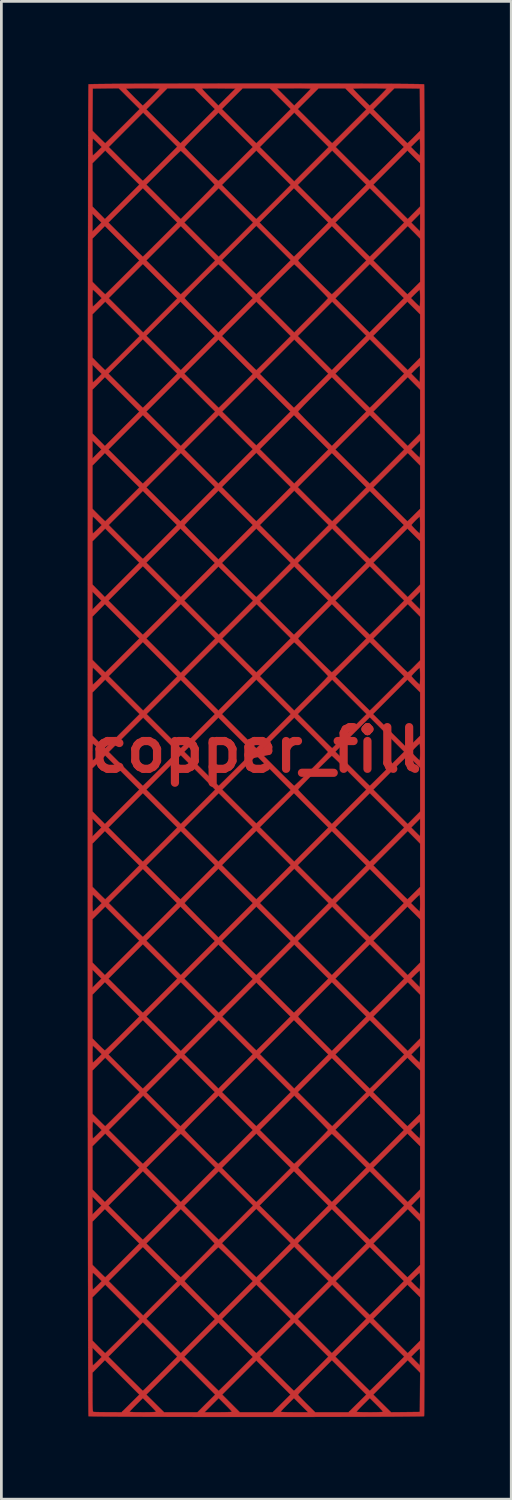
<source format=kicad_pcb>
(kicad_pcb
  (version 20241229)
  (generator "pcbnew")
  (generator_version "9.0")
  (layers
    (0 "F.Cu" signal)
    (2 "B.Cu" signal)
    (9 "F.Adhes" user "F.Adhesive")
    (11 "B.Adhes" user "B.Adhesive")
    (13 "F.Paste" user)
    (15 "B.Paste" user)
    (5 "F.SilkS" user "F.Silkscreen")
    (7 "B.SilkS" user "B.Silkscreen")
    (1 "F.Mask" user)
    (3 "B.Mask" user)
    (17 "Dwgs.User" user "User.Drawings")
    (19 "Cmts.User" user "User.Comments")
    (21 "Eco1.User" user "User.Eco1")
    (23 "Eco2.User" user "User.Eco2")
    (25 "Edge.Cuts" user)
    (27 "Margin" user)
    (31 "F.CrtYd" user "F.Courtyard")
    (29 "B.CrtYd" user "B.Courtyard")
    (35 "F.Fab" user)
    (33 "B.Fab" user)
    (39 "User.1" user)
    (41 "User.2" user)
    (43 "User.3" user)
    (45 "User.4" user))
  (footprint "copper_fill"
    (layer "F.Cu")
    (at 6.321 24.37)
    (property "Reference" "copper_fill" (at 0 0 0) (layer "F.Cu") (effects (font (size 1.524 1.524) (thickness 0.3))))
    (attr through_hole)
    (fp_poly (pts (xy 0.55 -24.365) (xy 0.988 -24.365) (xy 1.423 -24.365) (xy 1.85 -24.364) (xy 2.269 -24.363) (xy 2.677 -24.363) (xy 3.073 -24.362) (xy 3.454 -24.361) (xy 3.818 -24.36) (xy 4.163 -24.358) (xy 4.487 -24.357) (xy 4.788 -24.356) (xy 5.064 -24.354) (xy 5.313 -24.352) (xy 5.534 -24.35) (xy 5.723 -24.348) (xy 5.879 -24.346) (xy 5.999 -24.344) (xy 6.083 -24.341) (xy 6.127 -24.339) (xy 6.134 -24.337) (xy 6.135 -24.315) (xy 6.137 -24.251) (xy 6.138 -24.148) (xy 6.139 -24.004) (xy 6.14 -23.823) (xy 6.142 -23.604) (xy 6.143 -23.349) (xy 6.144 -23.059) (xy 6.145 -22.735) (xy 6.146 -22.377) (xy 6.147 -21.988) (xy 6.148 -21.567) (xy 6.149 -21.116) (xy 6.15 -20.637) (xy 6.151 -20.129) (xy 6.151 -19.594) (xy 6.152 -19.033) (xy 6.153 -18.447) (xy 6.154 -17.837) (xy 6.154 -17.204) (xy 6.155 -16.55) (xy 6.156 -15.874) (xy 6.156 -15.178) (xy 6.157 -14.464) (xy 6.158 -13.732) (xy 6.158 -12.983) (xy 6.159 -12.218) (xy 6.159 -11.438) (xy 6.159 -10.645) (xy 6.16 -9.839) (xy 6.16 -9.021) (xy 6.16 -8.192) (xy 6.161 -7.354) (xy 6.161 -6.507) (xy 6.161 -5.652) (xy 6.161 -4.791) (xy 6.162 -3.924) (xy 6.162 -3.053) (xy 6.162 -2.178) (xy 6.162 -1.3) (xy 6.162 -0.421) (xy 6.162 0.458) (xy 6.162 1.337) (xy 6.162 2.215) (xy 6.162 3.09) (xy 6.162 3.961) (xy 6.161 4.828) (xy 6.161 5.689) (xy 6.161 6.543) (xy 6.161 7.39) (xy 6.16 8.228) (xy 6.16 9.057) (xy 6.16 9.874) (xy 6.159 10.68) (xy 6.159 11.473) (xy 6.158 12.253) (xy 6.158 13.017) (xy 6.157 13.766) (xy 6.157 14.498) (xy 6.156 15.212) (xy 6.156 15.907) (xy 6.155 16.583) (xy 6.154 17.237) (xy 6.154 17.869) (xy 6.153 18.479) (xy 6.152 19.064) (xy 6.151 19.625) (xy 6.151 20.159) (xy 6.15 20.667) (xy 6.149 21.146) (xy 6.148 21.596) (xy 6.147 22.016) (xy 6.146 22.405) (xy 6.145 22.762) (xy 6.144 23.086) (xy 6.143 23.375) (xy 6.142 23.63) (xy 6.14 23.848) (xy 6.139 24.028) (xy 6.138 24.171) (xy 6.137 24.274) (xy 6.135 24.337) (xy 6.134 24.359) (xy 6.111 24.361) (xy 6.047 24.364) (xy 5.945 24.366) (xy 5.806 24.368) (xy 5.634 24.37) (xy 5.429 24.372) (xy 5.195 24.374) (xy 4.932 24.376) (xy 4.643 24.377) (xy 4.331 24.379) (xy 3.996 24.38) (xy 3.641 24.381) (xy 3.269 24.382) (xy 2.881 24.383) (xy 2.479 24.384) (xy 2.065 24.385) (xy 1.642 24.385) (xy 1.211 24.386) (xy 0.774 24.386) (xy 0.334 24.386) (xy -0.108 24.386) (xy -0.55 24.386) (xy -0.988 24.386) (xy -1.423 24.386) (xy -1.85 24.385) (xy -2.269 24.385) (xy -2.677 24.384) (xy -3.073 24.383) (xy -3.454 24.382) (xy -3.818 24.381) (xy -4.163 24.38) (xy -4.487 24.378) (xy -4.788 24.377) (xy -5.064 24.375) (xy -5.313 24.373) (xy -5.534 24.371) (xy -5.723 24.369) (xy -5.879 24.367) (xy -5.999 24.365) (xy -6.083 24.362) (xy -6.127 24.36) (xy -6.134 24.359) (xy -6.135 24.336) (xy -6.137 24.273) (xy -6.138 24.169) (xy -6.139 24.025) (xy -6.14 23.844) (xy -6.142 23.625) (xy -6.143 23.37) (xy -6.144 23.08) (xy -6.145 22.768) (xy -5.99 22.768) (xy -5.99 23.479) (xy -5.99 23.682) (xy -5.989 23.845) (xy -5.987 23.973) (xy -5.984 24.069) (xy -5.979 24.136) (xy -5.974 24.178) (xy -5.967 24.198) (xy -5.964 24.201) (xy -5.936 24.204) (xy -5.872 24.207) (xy -5.778 24.209) (xy -5.66 24.211) (xy -5.525 24.212) (xy -5.431 24.213) (xy -4.924 24.215) (xy -4.908 24.198) (xy -4.636 24.198) (xy -4.615 24.203) (xy -4.559 24.207) (xy -4.472 24.211) (xy -4.36 24.213) (xy -4.229 24.214) (xy -4.149 24.215) (xy -4.01 24.214) (xy -3.887 24.212) (xy -3.785 24.209) (xy -3.71 24.205) (xy -3.669 24.201) (xy -3.662 24.198) (xy -3.676 24.179) (xy -3.716 24.135) (xy -3.775 24.072) (xy -3.85 23.995) (xy -3.905 23.939) (xy -4.149 23.697) (xy -4.392 23.939) (xy -4.474 24.022) (xy -4.544 24.095) (xy -4.598 24.152) (xy -4.629 24.188) (xy -4.636 24.198) (xy -4.908 24.198) (xy -4.6 23.892) (xy -4.275 23.57) (xy -4.022 23.57) (xy -3.698 23.892) (xy -3.373 24.215) (xy -2.151 24.215) (xy -1.894 24.215) (xy -1.392 24.215) (xy -1.251 24.214) (xy -1.125 24.212) (xy -1.021 24.209) (xy -0.943 24.206) (xy -0.898 24.201) (xy -0.889 24.198) (xy -0.903 24.179) (xy -0.943 24.135) (xy -1.002 24.072) (xy -1.077 23.995) (xy -1.133 23.939) (xy -1.376 23.697) (xy -1.894 24.215) (xy -2.151 24.215) (xy -1.827 23.892) (xy -1.502 23.569) (xy -1.503 23.569) (xy -1.249 23.569) (xy -0.926 23.892) (xy -0.604 24.215) (xy 0.604 24.215) (xy 0.62 24.198) (xy 0.889 24.198) (xy 0.909 24.203) (xy 0.966 24.207) (xy 1.053 24.21) (xy 1.166 24.213) (xy 1.297 24.214) (xy 1.392 24.215) (xy 1.894 24.215) (xy 1.376 23.697) (xy 1.133 23.939) (xy 1.051 24.022) (xy 0.98 24.095) (xy 0.927 24.152) (xy 0.895 24.188) (xy 0.889 24.198) (xy 0.62 24.198) (xy 0.926 23.892) (xy 1.248 23.57) (xy 1.524 23.57) (xy 1.538 23.591) (xy 1.579 23.637) (xy 1.64 23.702) (xy 1.719 23.784) (xy 1.81 23.876) (xy 1.838 23.903) (xy 2.152 24.215) (xy 3.373 24.215) (xy 3.389 24.198) (xy 3.662 24.198) (xy 3.682 24.203) (xy 3.739 24.207) (xy 3.826 24.211) (xy 3.937 24.213) (xy 4.068 24.214) (xy 4.149 24.215) (xy 4.287 24.214) (xy 4.41 24.212) (xy 4.512 24.209) (xy 4.587 24.205) (xy 4.629 24.201) (xy 4.636 24.198) (xy 4.621 24.179) (xy 4.582 24.135) (xy 4.522 24.072) (xy 4.448 23.995) (xy 4.392 23.939) (xy 4.149 23.697) (xy 3.905 23.939) (xy 3.823 24.022) (xy 3.753 24.095) (xy 3.7 24.152) (xy 3.668 24.188) (xy 3.662 24.198) (xy 3.389 24.198) (xy 3.698 23.892) (xy 4.022 23.57) (xy 4.275 23.57) (xy 4.6 23.893) (xy 4.925 24.215) (xy 5.452 24.21) (xy 5.98 24.204) (xy 5.985 23.487) (xy 5.991 22.769) (xy 5.535 22.309) (xy 4.905 22.939) (xy 4.275 23.57) (xy 4.022 23.57) (xy 3.392 22.94) (xy 2.763 22.31) (xy 2.143 22.929) (xy 2.01 23.062) (xy 1.887 23.187) (xy 1.776 23.3) (xy 1.682 23.397) (xy 1.607 23.476) (xy 1.554 23.533) (xy 1.527 23.565) (xy 1.524 23.57) (xy 1.248 23.57) (xy 1.249 23.569) (xy 0.624 22.945) (xy 0 22.321) (xy -0.624 22.945) (xy -1.249 23.569) (xy -1.503 23.569) (xy -2.132 22.939) (xy -2.763 22.31) (xy -4.022 23.57) (xy -4.275 23.57) (xy -4.905 22.939) (xy -5.535 22.309) (xy -5.763 22.539) (xy -5.99 22.768) (xy -6.145 22.768) (xy -6.145 22.756) (xy -6.146 22.399) (xy -6.146 22.178) (xy -5.99 22.178) (xy -5.989 22.289) (xy -5.986 22.384) (xy -5.982 22.455) (xy -5.977 22.494) (xy -5.974 22.5) (xy -5.953 22.486) (xy -5.91 22.448) (xy -5.851 22.392) (xy -5.804 22.346) (xy -5.652 22.192) (xy -5.661 22.183) (xy -5.408 22.183) (xy -4.784 22.807) (xy -4.65 22.941) (xy -4.525 23.064) (xy -4.413 23.175) (xy -4.317 23.27) (xy -4.24 23.346) (xy -4.184 23.4) (xy -4.153 23.428) (xy -4.149 23.431) (xy -4.132 23.417) (xy -4.088 23.376) (xy -4.021 23.311) (xy -3.934 23.225) (xy -3.829 23.121) (xy -3.711 23.004) (xy -3.581 22.874) (xy -3.514 22.807) (xy -2.89 22.183) (xy -2.635 22.183) (xy -2.011 22.807) (xy -1.877 22.941) (xy -1.753 23.064) (xy -1.641 23.175) (xy -1.544 23.27) (xy -1.467 23.346) (xy -1.411 23.4) (xy -1.381 23.428) (xy -1.376 23.431) (xy -1.359 23.417) (xy -1.316 23.376) (xy -1.249 23.311) (xy -1.161 23.225) (xy -1.057 23.122) (xy -0.938 23.004) (xy -0.809 22.875) (xy -0.746 22.812) (xy -0.127 22.193) (xy 0.127 22.193) (xy 0.746 22.812) (xy 0.879 22.945) (xy 1.003 23.068) (xy 1.114 23.179) (xy 1.21 23.273) (xy 1.287 23.348) (xy 1.342 23.401) (xy 1.372 23.428) (xy 1.376 23.431) (xy 1.393 23.417) (xy 1.436 23.376) (xy 1.503 23.311) (xy 1.591 23.225) (xy 1.695 23.121) (xy 1.814 23.004) (xy 1.943 22.874) (xy 2.011 22.807) (xy 2.635 22.183) (xy 2.635 22.183) (xy 2.889 22.183) (xy 3.514 22.807) (xy 3.647 22.941) (xy 3.772 23.064) (xy 3.884 23.175) (xy 3.98 23.27) (xy 4.058 23.346) (xy 4.113 23.4) (xy 4.144 23.428) (xy 4.149 23.431) (xy 4.165 23.417) (xy 4.209 23.376) (xy 4.276 23.311) (xy 4.363 23.225) (xy 4.468 23.121) (xy 4.587 23.004) (xy 4.716 22.874) (xy 4.784 22.807) (xy 5.408 22.183) (xy 5.408 22.182) (xy 5.663 22.182) (xy 5.821 22.342) (xy 5.98 22.501) (xy 5.985 22.201) (xy 5.987 22.093) (xy 5.986 22) (xy 5.984 21.931) (xy 5.981 21.894) (xy 5.979 21.89) (xy 5.96 21.899) (xy 5.919 21.932) (xy 5.862 21.985) (xy 5.815 22.03) (xy 5.663 22.182) (xy 5.408 22.182) (xy 4.778 21.553) (xy 4.149 20.923) (xy 2.889 22.183) (xy 2.635 22.183) (xy 2.011 21.558) (xy 1.387 20.934) (xy 0.757 21.563) (xy 0.127 22.193) (xy -0.127 22.193) (xy -0.757 21.563) (xy -1.387 20.934) (xy -2.011 21.558) (xy -2.635 22.183) (xy -2.89 22.183) (xy -2.889 22.183) (xy -4.149 20.923) (xy -4.778 21.553) (xy -5.408 22.183) (xy -5.661 22.183) (xy -5.821 22.024) (xy -5.99 21.856) (xy -5.99 22.178) (xy -6.146 22.178) (xy -6.147 22.009) (xy -6.148 21.588) (xy -6.149 21.138) (xy -6.15 20.658) (xy -6.151 20.15) (xy -6.151 20.012) (xy -5.99 20.012) (xy -5.99 21.596) (xy -5.764 21.826) (xy -5.685 21.906) (xy -5.616 21.973) (xy -5.563 22.024) (xy -5.532 22.052) (xy -5.526 22.056) (xy -5.509 22.041) (xy -5.465 22) (xy -5.398 21.935) (xy -5.31 21.849) (xy -5.205 21.745) (xy -5.086 21.628) (xy -4.957 21.499) (xy -4.889 21.431) (xy -4.265 20.807) (xy -4.276 20.796) (xy -4.022 20.796) (xy -3.392 21.426) (xy -2.762 22.056) (xy -1.514 20.807) (xy -1.514 20.807) (xy -1.259 20.807) (xy -0.635 21.431) (xy -0.501 21.565) (xy -0.377 21.689) (xy -0.265 21.8) (xy -0.168 21.894) (xy -0.091 21.97) (xy -0.035 22.024) (xy -0.005 22.052) (xy 0 22.056) (xy 0.017 22.041) (xy 0.06 22) (xy 0.127 21.935) (xy 0.215 21.849) (xy 0.319 21.746) (xy 0.438 21.628) (xy 0.568 21.499) (xy 0.635 21.431) (xy 1.259 20.807) (xy 1.514 20.807) (xy 2.762 22.056) (xy 3.392 21.426) (xy 4.022 20.796) (xy 4.021 20.796) (xy 4.276 20.796) (xy 4.905 21.426) (xy 5.535 22.056) (xy 5.763 21.827) (xy 5.99 21.597) (xy 5.99 20.012) (xy 5.757 19.78) (xy 5.524 19.548) (xy 4.9 20.172) (xy 4.276 20.796) (xy 4.021 20.796) (xy 3.397 20.172) (xy 2.773 19.548) (xy 1.514 20.807) (xy 1.259 20.807) (xy 0.63 20.177) (xy 0 19.548) (xy -1.259 20.807) (xy -1.514 20.807) (xy -2.143 20.177) (xy -2.773 19.548) (xy -3.397 20.172) (xy -4.022 20.796) (xy -4.276 20.796) (xy -4.895 20.177) (xy -5.524 19.548) (xy -5.757 19.78) (xy -5.99 20.012) (xy -6.151 20.012) (xy -6.151 19.615) (xy -6.152 19.42) (xy -5.99 19.42) (xy -5.989 19.529) (xy -5.986 19.621) (xy -5.982 19.688) (xy -5.977 19.724) (xy -5.975 19.727) (xy -5.954 19.713) (xy -5.911 19.675) (xy -5.852 19.62) (xy -5.805 19.574) (xy -5.651 19.421) (xy -5.653 19.42) (xy -5.398 19.42) (xy -4.768 20.05) (xy -4.138 20.68) (xy -3.514 20.055) (xy -2.889 19.431) (xy -2.9 19.42) (xy -2.625 19.42) (xy -2.61 19.439) (xy -2.569 19.485) (xy -2.504 19.554) (xy -2.418 19.643) (xy -2.314 19.749) (xy -2.197 19.868) (xy -2.068 19.998) (xy -2.006 20.061) (xy -1.387 20.68) (xy -0.757 20.05) (xy -0.127 19.421) (xy -0.128 19.42) (xy 0.127 19.42) (xy 0.757 20.05) (xy 1.386 20.68) (xy 2.016 20.05) (xy 2.646 19.421) (xy 2.645 19.42) (xy 2.9 19.42) (xy 3.519 20.039) (xy 3.652 20.172) (xy 3.776 20.296) (xy 3.887 20.406) (xy 3.983 20.5) (xy 4.06 20.575) (xy 4.115 20.628) (xy 4.144 20.655) (xy 4.149 20.659) (xy 4.165 20.644) (xy 4.209 20.603) (xy 4.276 20.538) (xy 4.363 20.452) (xy 4.468 20.349) (xy 4.586 20.231) (xy 4.716 20.102) (xy 4.779 20.039) (xy 5.398 19.42) (xy 5.397 19.419) (xy 5.651 19.419) (xy 5.804 19.573) (xy 5.87 19.638) (xy 5.925 19.689) (xy 5.962 19.72) (xy 5.974 19.727) (xy 5.98 19.707) (xy 5.984 19.653) (xy 5.988 19.57) (xy 5.99 19.468) (xy 5.99 19.42) (xy 5.989 19.312) (xy 5.986 19.22) (xy 5.982 19.153) (xy 5.977 19.117) (xy 5.975 19.113) (xy 5.954 19.128) (xy 5.911 19.165) (xy 5.852 19.221) (xy 5.805 19.266) (xy 5.651 19.419) (xy 5.397 19.419) (xy 4.149 18.172) (xy 3.524 18.796) (xy 2.9 19.42) (xy 2.645 19.42) (xy 2.016 18.791) (xy 1.387 18.161) (xy 0.127 19.42) (xy -0.128 19.42) (xy -0.746 18.801) (xy -0.88 18.668) (xy -1.004 18.545) (xy -1.117 18.435) (xy -1.214 18.34) (xy -1.293 18.265) (xy -1.349 18.213) (xy -1.381 18.185) (xy -1.386 18.182) (xy -1.406 18.197) (xy -1.451 18.238) (xy -1.518 18.301) (xy -1.603 18.383) (xy -1.702 18.48) (xy -1.812 18.588) (xy -1.928 18.703) (xy -2.046 18.821) (xy -2.163 18.939) (xy -2.275 19.052) (xy -2.378 19.156) (xy -2.468 19.249) (xy -2.541 19.325) (xy -2.593 19.382) (xy -2.621 19.414) (xy -2.625 19.42) (xy -2.9 19.42) (xy -4.149 18.172) (xy -5.398 19.42) (xy -5.653 19.42) (xy -5.804 19.267) (xy -5.87 19.203) (xy -5.925 19.152) (xy -5.962 19.121) (xy -5.974 19.113) (xy -5.98 19.133) (xy -5.984 19.188) (xy -5.988 19.271) (xy -5.99 19.373) (xy -5.99 19.42) (xy -6.152 19.42) (xy -6.152 19.054) (xy -6.153 18.468) (xy -6.154 17.858) (xy -6.154 17.245) (xy -5.99 17.245) (xy -5.99 18.827) (xy -5.763 19.055) (xy -5.684 19.134) (xy -5.615 19.201) (xy -5.562 19.251) (xy -5.531 19.279) (xy -5.525 19.283) (xy -5.508 19.268) (xy -5.464 19.227) (xy -5.397 19.162) (xy -5.31 19.076) (xy -5.205 18.973) (xy -5.087 18.855) (xy -4.958 18.727) (xy -4.895 18.664) (xy -4.276 18.044) (xy -4.022 18.044) (xy -3.403 18.664) (xy -3.269 18.797) (xy -3.144 18.92) (xy -3.032 19.03) (xy -2.935 19.125) (xy -2.856 19.2) (xy -2.799 19.252) (xy -2.768 19.28) (xy -2.763 19.283) (xy -2.743 19.268) (xy -2.698 19.227) (xy -2.629 19.162) (xy -2.54 19.076) (xy -2.434 18.973) (xy -2.315 18.856) (xy -2.186 18.727) (xy -2.133 18.674) (xy -2.001 18.542) (xy -1.879 18.419) (xy -1.769 18.307) (xy -1.677 18.211) (xy -1.603 18.134) (xy -1.552 18.079) (xy -1.526 18.049) (xy -1.524 18.045) (xy -1.532 18.034) (xy -1.259 18.034) (xy -0.635 18.658) (xy -0.501 18.792) (xy -0.377 18.916) (xy -0.265 19.027) (xy -0.168 19.122) (xy -0.091 19.197) (xy -0.035 19.251) (xy -0.005 19.279) (xy 0 19.283) (xy 0.017 19.268) (xy 0.06 19.227) (xy 0.127 19.162) (xy 0.215 19.076) (xy 0.319 18.973) (xy 0.438 18.855) (xy 0.568 18.726) (xy 0.635 18.658) (xy 1.259 18.034) (xy 1.514 18.034) (xy 2.138 18.658) (xy 2.272 18.792) (xy 2.396 18.916) (xy 2.508 19.027) (xy 2.604 19.122) (xy 2.682 19.197) (xy 2.738 19.251) (xy 2.768 19.279) (xy 2.773 19.283) (xy 2.79 19.268) (xy 2.833 19.227) (xy 2.9 19.162) (xy 2.987 19.076) (xy 3.092 18.973) (xy 3.21 18.855) (xy 3.34 18.727) (xy 3.403 18.664) (xy 4.022 18.044) (xy 4.276 18.044) (xy 4.895 18.664) (xy 5.028 18.797) (xy 5.152 18.92) (xy 5.263 19.03) (xy 5.359 19.124) (xy 5.435 19.199) (xy 5.49 19.252) (xy 5.52 19.28) (xy 5.524 19.283) (xy 5.542 19.269) (xy 5.584 19.23) (xy 5.645 19.171) (xy 5.72 19.098) (xy 5.762 19.056) (xy 5.99 18.828) (xy 5.99 17.245) (xy 5.763 17.014) (xy 5.536 16.784) (xy 4.906 17.414) (xy 4.276 18.044) (xy 4.022 18.044) (xy 3.392 17.415) (xy 2.762 16.785) (xy 1.514 18.034) (xy 1.259 18.034) (xy 1.259 18.034) (xy 0.63 17.404) (xy 0 16.775) (xy -1.259 18.034) (xy -1.532 18.034) (xy -1.538 18.026) (xy -1.58 17.98) (xy -1.645 17.911) (xy -1.731 17.822) (xy -1.834 17.716) (xy -1.952 17.597) (xy -2.081 17.467) (xy -2.143 17.404) (xy -2.762 16.785) (xy -3.392 17.415) (xy -4.022 18.044) (xy -4.276 18.044) (xy -4.906 17.414) (xy -5.536 16.784) (xy -5.763 17.014) (xy -5.99 17.245) (xy -6.154 17.245) (xy -6.154 17.226) (xy -6.155 16.986) (xy -5.99 16.986) (xy -5.826 16.822) (xy -5.662 16.658) (xy -5.663 16.658) (xy -5.408 16.658) (xy -4.784 17.283) (xy -4.65 17.416) (xy -4.525 17.54) (xy -4.413 17.651) (xy -4.317 17.746) (xy -4.24 17.822) (xy -4.184 17.875) (xy -4.153 17.903) (xy -4.149 17.907) (xy -4.132 17.893) (xy -4.088 17.851) (xy -4.021 17.786) (xy -3.934 17.7) (xy -3.829 17.597) (xy -3.711 17.479) (xy -3.581 17.35) (xy -3.514 17.283) (xy -2.889 16.658) (xy -2.635 16.658) (xy -2.011 17.283) (xy -1.877 17.416) (xy -1.753 17.54) (xy -1.641 17.651) (xy -1.544 17.746) (xy -1.467 17.822) (xy -1.411 17.875) (xy -1.381 17.903) (xy -1.376 17.907) (xy -1.359 17.893) (xy -1.316 17.851) (xy -1.248 17.786) (xy -1.161 17.7) (xy -1.056 17.597) (xy -0.938 17.479) (xy -0.808 17.35) (xy -0.741 17.283) (xy -0.117 16.658) (xy -0.118 16.656) (xy 0.118 16.656) (xy 0.752 17.28) (xy 1.386 17.904) (xy 2.011 17.281) (xy 2.635 16.658) (xy 2.635 16.658) (xy 2.889 16.658) (xy 3.514 17.283) (xy 3.647 17.416) (xy 3.772 17.54) (xy 3.884 17.651) (xy 3.98 17.746) (xy 4.058 17.822) (xy 4.113 17.875) (xy 4.144 17.903) (xy 4.149 17.907) (xy 4.165 17.893) (xy 4.209 17.851) (xy 4.276 17.786) (xy 4.363 17.7) (xy 4.468 17.597) (xy 4.587 17.479) (xy 4.716 17.35) (xy 4.784 17.283) (xy 5.408 16.658) (xy 5.408 16.658) (xy 5.663 16.658) (xy 5.821 16.817) (xy 5.886 16.882) (xy 5.939 16.934) (xy 5.974 16.967) (xy 5.984 16.976) (xy 5.986 16.956) (xy 5.988 16.901) (xy 5.989 16.818) (xy 5.99 16.714) (xy 5.99 16.653) (xy 5.99 16.33) (xy 5.826 16.494) (xy 5.663 16.658) (xy 5.408 16.658) (xy 4.778 16.028) (xy 4.149 15.399) (xy 2.889 16.658) (xy 2.635 16.658) (xy 1.376 15.399) (xy 0.118 16.656) (xy -0.118 16.656) (xy -0.746 16.028) (xy -1.376 15.399) (xy -2.635 16.658) (xy -2.889 16.658) (xy -4.149 15.399) (xy -4.778 16.028) (xy -5.408 16.658) (xy -5.663 16.658) (xy -5.99 16.33) (xy -5.99 16.986) (xy -6.155 16.986) (xy -6.155 16.571) (xy -6.156 15.895) (xy -6.156 15.2) (xy -6.157 14.488) (xy -5.99 14.488) (xy -5.99 16.072) (xy -5.763 16.302) (xy -5.536 16.532) (xy -4.906 15.902) (xy -4.276 15.272) (xy -4.276 15.271) (xy -4.022 15.271) (xy -3.392 15.901) (xy -2.763 16.531) (xy -2.133 15.902) (xy -1.513 15.282) (xy -1.259 15.282) (xy -0.635 15.907) (xy -0.501 16.04) (xy -0.377 16.164) (xy -0.265 16.275) (xy -0.168 16.37) (xy -0.091 16.446) (xy -0.035 16.499) (xy -0.005 16.528) (xy 0 16.531) (xy 0.017 16.517) (xy 0.06 16.475) (xy 0.127 16.41) (xy 0.215 16.324) (xy 0.319 16.221) (xy 0.438 16.103) (xy 0.568 15.974) (xy 0.635 15.907) (xy 1.259 15.282) (xy 1.248 15.271) (xy 1.524 15.271) (xy 1.538 15.291) (xy 1.58 15.336) (xy 1.645 15.405) (xy 1.731 15.494) (xy 1.834 15.6) (xy 1.952 15.72) (xy 2.081 15.85) (xy 2.143 15.912) (xy 2.762 16.531) (xy 3.392 15.902) (xy 4.022 15.272) (xy 4.021 15.271) (xy 4.276 15.271) (xy 4.905 15.902) (xy 5.535 16.532) (xy 5.763 16.302) (xy 5.99 16.072) (xy 5.99 14.488) (xy 5.757 14.256) (xy 5.524 14.023) (xy 4.9 14.647) (xy 4.276 15.271) (xy 4.021 15.271) (xy 3.403 14.653) (xy 3.269 14.52) (xy 3.144 14.396) (xy 3.032 14.286) (xy 2.935 14.192) (xy 2.856 14.117) (xy 2.799 14.064) (xy 2.768 14.037) (xy 2.763 14.034) (xy 2.743 14.048) (xy 2.698 14.089) (xy 2.631 14.152) (xy 2.546 14.234) (xy 2.446 14.331) (xy 2.337 14.439) (xy 2.221 14.554) (xy 2.103 14.672) (xy 1.985 14.79) (xy 1.874 14.903) (xy 1.771 15.008) (xy 1.681 15.1) (xy 1.608 15.176) (xy 1.555 15.233) (xy 1.528 15.265) (xy 1.524 15.271) (xy 1.248 15.271) (xy 0.63 14.653) (xy 0 14.023) (xy -1.259 15.282) (xy -1.513 15.282) (xy -1.503 15.272) (xy -2.122 14.653) (xy -2.255 14.52) (xy -2.38 14.396) (xy -2.493 14.286) (xy -2.59 14.192) (xy -2.668 14.117) (xy -2.725 14.064) (xy -2.757 14.037) (xy -2.762 14.034) (xy -2.781 14.048) (xy -2.827 14.089) (xy -2.896 14.155) (xy -2.985 14.24) (xy -3.091 14.344) (xy -3.21 14.461) (xy -3.34 14.59) (xy -3.402 14.652) (xy -4.022 15.271) (xy -4.276 15.271) (xy -4.9 14.648) (xy -5.524 14.023) (xy -5.757 14.256) (xy -5.99 14.488) (xy -6.157 14.488) (xy -6.157 14.485) (xy -6.157 13.896) (xy -5.99 13.896) (xy -5.989 14.004) (xy -5.986 14.096) (xy -5.982 14.163) (xy -5.977 14.199) (xy -5.975 14.203) (xy -5.954 14.189) (xy -5.911 14.151) (xy -5.852 14.096) (xy -5.805 14.05) (xy -5.651 13.897) (xy -5.653 13.896) (xy -5.397 13.896) (xy -4.779 14.515) (xy -4.645 14.648) (xy -4.521 14.771) (xy -4.41 14.881) (xy -4.314 14.976) (xy -4.237 15.051) (xy -4.183 15.104) (xy -4.153 15.131) (xy -4.149 15.134) (xy -4.132 15.12) (xy -4.088 15.078) (xy -4.021 15.013) (xy -3.934 14.927) (xy -3.829 14.824) (xy -3.711 14.706) (xy -3.581 14.577) (xy -3.514 14.51) (xy -2.9 13.896) (xy -2.625 13.896) (xy -2.61 13.915) (xy -2.569 13.96) (xy -2.506 14.027) (xy -2.424 14.113) (xy -2.327 14.212) (xy -2.219 14.321) (xy -2.104 14.437) (xy -1.986 14.556) (xy -1.868 14.673) (xy -1.755 14.785) (xy -1.65 14.887) (xy -1.558 14.977) (xy -1.482 15.05) (xy -1.425 15.103) (xy -1.393 15.131) (xy -1.387 15.134) (xy -1.368 15.12) (xy -1.322 15.078) (xy -1.253 15.013) (xy -1.164 14.927) (xy -1.058 14.824) (xy -0.938 14.706) (xy -0.808 14.577) (xy -0.746 14.515) (xy -0.127 13.896) (xy -0.128 13.896) (xy 0.127 13.896) (xy 0.746 14.515) (xy 0.88 14.648) (xy 1.004 14.771) (xy 1.117 14.882) (xy 1.214 14.976) (xy 1.293 15.051) (xy 1.349 15.104) (xy 1.381 15.131) (xy 1.386 15.134) (xy 1.405 15.12) (xy 1.451 15.078) (xy 1.52 15.013) (xy 1.609 14.928) (xy 1.714 14.824) (xy 1.834 14.707) (xy 1.963 14.579) (xy 2.016 14.526) (xy 2.148 14.393) (xy 2.27 14.27) (xy 2.379 14.159) (xy 2.472 14.063) (xy 2.546 13.985) (xy 2.597 13.93) (xy 2.622 13.9) (xy 2.625 13.896) (xy 2.616 13.885) (xy 2.89 13.885) (xy 3.514 14.51) (xy 3.647 14.643) (xy 3.772 14.767) (xy 3.884 14.878) (xy 3.98 14.973) (xy 4.058 15.049) (xy 4.113 15.102) (xy 4.144 15.131) (xy 4.149 15.134) (xy 4.165 15.12) (xy 4.209 15.078) (xy 4.276 15.013) (xy 4.363 14.928) (xy 4.468 14.824) (xy 4.586 14.707) (xy 4.716 14.578) (xy 4.779 14.515) (xy 5.397 13.896) (xy 5.397 13.895) (xy 5.651 13.895) (xy 5.804 14.049) (xy 5.87 14.113) (xy 5.925 14.164) (xy 5.962 14.196) (xy 5.974 14.203) (xy 5.98 14.183) (xy 5.984 14.128) (xy 5.988 14.046) (xy 5.99 13.944) (xy 5.99 13.896) (xy 5.989 13.787) (xy 5.986 13.696) (xy 5.982 13.628) (xy 5.977 13.593) (xy 5.975 13.589) (xy 5.954 13.603) (xy 5.911 13.641) (xy 5.852 13.696) (xy 5.805 13.742) (xy 5.651 13.895) (xy 5.397 13.895) (xy 4.768 13.266) (xy 4.138 12.636) (xy 3.514 13.261) (xy 2.89 13.885) (xy 2.616 13.885) (xy 2.61 13.877) (xy 2.569 13.831) (xy 2.504 13.763) (xy 2.418 13.673) (xy 2.314 13.567) (xy 2.197 13.448) (xy 2.068 13.318) (xy 2.006 13.256) (xy 1.387 12.636) (xy 0.757 13.266) (xy 0.127 13.896) (xy -0.128 13.896) (xy -0.757 13.266) (xy -1.386 12.636) (xy -2.005 13.255) (xy -2.139 13.389) (xy -2.262 13.514) (xy -2.372 13.626) (xy -2.467 13.723) (xy -2.542 13.802) (xy -2.594 13.859) (xy -2.622 13.89) (xy -2.625 13.896) (xy -2.9 13.896) (xy -2.89 13.885) (xy -3.514 13.261) (xy -4.138 12.636) (xy -4.768 13.266) (xy -5.397 13.896) (xy -5.653 13.896) (xy -5.804 13.743) (xy -5.87 13.679) (xy -5.925 13.628) (xy -5.962 13.596) (xy -5.974 13.589) (xy -5.98 13.609) (xy -5.984 13.664) (xy -5.988 13.746) (xy -5.99 13.848) (xy -5.99 13.896) (xy -6.157 13.896) (xy -6.158 13.753) (xy -6.158 13.004) (xy -6.159 12.239) (xy -6.159 11.719) (xy -5.99 11.719) (xy -5.99 13.303) (xy -5.763 13.53) (xy -5.684 13.609) (xy -5.615 13.677) (xy -5.562 13.727) (xy -5.531 13.754) (xy -5.525 13.758) (xy -5.508 13.744) (xy -5.464 13.702) (xy -5.397 13.637) (xy -5.31 13.552) (xy -5.205 13.448) (xy -5.086 13.33) (xy -4.957 13.201) (xy -4.889 13.134) (xy -4.276 12.52) (xy -4.022 12.52) (xy -3.403 13.139) (xy -3.269 13.272) (xy -3.146 13.395) (xy -3.034 13.506) (xy -2.938 13.6) (xy -2.862 13.675) (xy -2.807 13.728) (xy -2.777 13.755) (xy -2.773 13.758) (xy -2.756 13.744) (xy -2.713 13.702) (xy -2.645 13.637) (xy -2.558 13.552) (xy -2.453 13.448) (xy -2.335 13.33) (xy -2.205 13.201) (xy -2.138 13.134) (xy -1.514 12.509) (xy -1.514 12.509) (xy -1.259 12.509) (xy -0.635 13.134) (xy -0.501 13.267) (xy -0.377 13.391) (xy -0.265 13.502) (xy -0.168 13.597) (xy -0.091 13.673) (xy -0.035 13.726) (xy -0.005 13.755) (xy 0 13.758) (xy 0.017 13.744) (xy 0.06 13.702) (xy 0.127 13.637) (xy 0.215 13.552) (xy 0.319 13.448) (xy 0.438 13.33) (xy 0.568 13.201) (xy 0.635 13.134) (xy 1.259 12.509) (xy 1.514 12.509) (xy 2.138 13.134) (xy 2.272 13.267) (xy 2.396 13.391) (xy 2.508 13.502) (xy 2.604 13.597) (xy 2.682 13.673) (xy 2.738 13.726) (xy 2.768 13.755) (xy 2.773 13.758) (xy 2.79 13.744) (xy 2.833 13.703) (xy 2.9 13.637) (xy 2.987 13.552) (xy 3.092 13.448) (xy 3.21 13.331) (xy 3.34 13.202) (xy 3.403 13.139) (xy 4.022 12.52) (xy 4.011 12.509) (xy 4.265 12.509) (xy 4.889 13.134) (xy 5.023 13.267) (xy 5.148 13.391) (xy 5.26 13.502) (xy 5.356 13.597) (xy 5.433 13.673) (xy 5.489 13.726) (xy 5.519 13.755) (xy 5.524 13.758) (xy 5.542 13.744) (xy 5.584 13.705) (xy 5.645 13.646) (xy 5.72 13.573) (xy 5.762 13.531) (xy 5.99 13.304) (xy 5.99 11.715) (xy 5.757 11.483) (xy 5.524 11.25) (xy 4.895 11.88) (xy 4.265 12.509) (xy 4.011 12.509) (xy 3.392 11.89) (xy 2.762 11.261) (xy 1.514 12.509) (xy 1.259 12.509) (xy 1.259 12.509) (xy 0.63 11.88) (xy 0 11.25) (xy -1.259 12.509) (xy -1.514 12.509) (xy -2.762 11.261) (xy -3.392 11.89) (xy -4.022 12.52) (xy -4.276 12.52) (xy -4.265 12.509) (xy -4.895 11.88) (xy -5.525 11.25) (xy -5.99 11.719) (xy -6.159 11.719) (xy -6.159 11.459) (xy -6.159 11.123) (xy -5.99 11.123) (xy -5.989 11.232) (xy -5.986 11.323) (xy -5.982 11.391) (xy -5.977 11.426) (xy -5.975 11.43) (xy -5.954 11.416) (xy -5.911 11.378) (xy -5.852 11.323) (xy -5.805 11.277) (xy -5.661 11.134) (xy -5.408 11.134) (xy -4.784 11.758) (xy -4.65 11.892) (xy -4.525 12.015) (xy -4.413 12.126) (xy -4.317 12.221) (xy -4.24 12.297) (xy -4.184 12.351) (xy -4.153 12.379) (xy -4.149 12.383) (xy -4.132 12.368) (xy -4.088 12.327) (xy -4.021 12.262) (xy -3.934 12.176) (xy -3.829 12.072) (xy -3.711 11.955) (xy -3.581 11.825) (xy -3.514 11.758) (xy -2.889 11.134) (xy -2.635 11.134) (xy -2.011 11.758) (xy -1.387 12.383) (xy -0.757 11.753) (xy -0.127 11.123) (xy -0.127 11.123) (xy 0.127 11.123) (xy 1.386 12.383) (xy 2.011 11.758) (xy 2.635 11.134) (xy 2.635 11.134) (xy 2.889 11.134) (xy 3.514 11.758) (xy 3.647 11.892) (xy 3.772 12.015) (xy 3.884 12.126) (xy 3.98 12.221) (xy 4.058 12.297) (xy 4.113 12.351) (xy 4.144 12.379) (xy 4.149 12.383) (xy 4.165 12.368) (xy 4.209 12.327) (xy 4.276 12.262) (xy 4.363 12.176) (xy 4.468 12.072) (xy 4.587 11.955) (xy 4.716 11.825) (xy 4.784 11.758) (xy 5.408 11.134) (xy 5.408 11.133) (xy 5.663 11.133) (xy 5.81 11.282) (xy 5.874 11.345) (xy 5.928 11.394) (xy 5.964 11.424) (xy 5.974 11.43) (xy 5.979 11.41) (xy 5.984 11.355) (xy 5.988 11.273) (xy 5.99 11.17) (xy 5.99 11.118) (xy 5.99 10.806) (xy 5.826 10.97) (xy 5.663 11.133) (xy 5.408 11.133) (xy 4.778 10.504) (xy 4.149 9.874) (xy 2.889 11.134) (xy 2.635 11.134) (xy 1.376 9.874) (xy 0.751 10.499) (xy 0.127 11.123) (xy -0.127 11.123) (xy -0.751 10.499) (xy -1.376 9.874) (xy -2.635 11.134) (xy -2.889 11.134) (xy -4.149 9.874) (xy -4.778 10.504) (xy -5.408 11.134) (xy -5.661 11.134) (xy -5.651 11.124) (xy -5.804 10.97) (xy -5.87 10.906) (xy -5.925 10.855) (xy -5.962 10.823) (xy -5.974 10.816) (xy -5.98 10.836) (xy -5.984 10.891) (xy -5.988 10.973) (xy -5.99 11.075) (xy -5.99 11.123) (xy -6.159 11.123) (xy -6.159 10.666) (xy -6.16 9.86) (xy -6.16 9.042) (xy -6.16 8.947) (xy -5.99 8.947) (xy -5.99 10.547) (xy -5.774 10.766) (xy -5.696 10.844) (xy -5.628 10.91) (xy -5.574 10.958) (xy -5.542 10.983) (xy -5.536 10.986) (xy -5.517 10.971) (xy -5.471 10.93) (xy -5.402 10.864) (xy -5.312 10.778) (xy -5.206 10.675) (xy -5.087 10.557) (xy -4.957 10.428) (xy -4.895 10.366) (xy -4.276 9.747) (xy -4.022 9.747) (xy -2.763 11.007) (xy -2.133 10.377) (xy -1.503 9.748) (xy -1.503 9.747) (xy -1.249 9.747) (xy -0.63 10.366) (xy -0.497 10.499) (xy -0.373 10.622) (xy -0.261 10.733) (xy -0.166 10.827) (xy -0.089 10.902) (xy -0.034 10.955) (xy -0.004 10.982) (xy 0 10.986) (xy 0.017 10.971) (xy 0.06 10.93) (xy 0.127 10.865) (xy 0.215 10.779) (xy 0.319 10.676) (xy 0.438 10.558) (xy 0.567 10.429) (xy 0.63 10.366) (xy 1.249 9.747) (xy 1.524 9.747) (xy 1.538 9.766) (xy 1.58 9.812) (xy 1.645 9.881) (xy 1.731 9.97) (xy 1.834 10.076) (xy 1.952 10.195) (xy 2.081 10.325) (xy 2.143 10.387) (xy 2.762 11.007) (xy 3.392 10.377) (xy 4.022 9.748) (xy 4.021 9.747) (xy 4.276 9.747) (xy 4.905 10.377) (xy 5.535 11.007) (xy 5.763 10.778) (xy 5.99 10.548) (xy 5.99 8.947) (xy 5.763 8.717) (xy 5.536 8.487) (xy 4.906 9.117) (xy 4.276 9.747) (xy 4.021 9.747) (xy 3.392 9.118) (xy 2.763 8.488) (xy 2.143 9.107) (xy 2.01 9.24) (xy 1.887 9.365) (xy 1.776 9.478) (xy 1.682 9.575) (xy 1.607 9.653) (xy 1.554 9.71) (xy 1.527 9.742) (xy 1.524 9.747) (xy 1.249 9.747) (xy 0.624 9.123) (xy 0 8.499) (xy -0.624 9.123) (xy -1.249 9.747) (xy -1.503 9.747) (xy -2.132 9.118) (xy -2.762 8.488) (xy -3.392 9.117) (xy -4.022 9.747) (xy -4.276 9.747) (xy -4.276 9.747) (xy -4.906 9.117) (xy -5.536 8.487) (xy -5.763 8.717) (xy -5.99 8.947) (xy -6.16 8.947) (xy -6.16 8.689) (xy -5.99 8.689) (xy -5.662 8.361) (xy -5.663 8.361) (xy -5.408 8.361) (xy -4.784 8.985) (xy -4.65 9.119) (xy -4.525 9.243) (xy -4.413 9.354) (xy -4.317 9.448) (xy -4.24 9.524) (xy -4.184 9.578) (xy -4.153 9.606) (xy -4.149 9.61) (xy -4.132 9.595) (xy -4.088 9.554) (xy -4.021 9.489) (xy -3.934 9.403) (xy -3.829 9.3) (xy -3.711 9.182) (xy -3.581 9.053) (xy -3.514 8.985) (xy -2.89 8.361) (xy -2.635 8.361) (xy -2.011 8.985) (xy -1.877 9.119) (xy -1.753 9.243) (xy -1.641 9.354) (xy -1.544 9.448) (xy -1.467 9.524) (xy -1.411 9.578) (xy -1.381 9.606) (xy -1.376 9.61) (xy -1.359 9.595) (xy -1.316 9.554) (xy -1.249 9.489) (xy -1.161 9.403) (xy -1.057 9.3) (xy -0.938 9.182) (xy -0.809 9.053) (xy -0.746 8.99) (xy -0.127 8.371) (xy 0.127 8.371) (xy 0.746 8.99) (xy 0.879 9.123) (xy 1.003 9.247) (xy 1.114 9.357) (xy 1.21 9.451) (xy 1.287 9.526) (xy 1.342 9.579) (xy 1.372 9.606) (xy 1.376 9.61) (xy 1.393 9.595) (xy 1.436 9.554) (xy 1.503 9.489) (xy 1.591 9.403) (xy 1.695 9.3) (xy 1.814 9.182) (xy 1.943 9.053) (xy 2.011 8.985) (xy 2.635 8.361) (xy 2.635 8.361) (xy 2.889 8.361) (xy 3.514 8.985) (xy 3.647 9.119) (xy 3.772 9.243) (xy 3.884 9.354) (xy 3.98 9.448) (xy 4.058 9.524) (xy 4.113 9.578) (xy 4.144 9.606) (xy 4.149 9.61) (xy 4.165 9.595) (xy 4.209 9.554) (xy 4.276 9.489) (xy 4.363 9.403) (xy 4.468 9.3) (xy 4.587 9.182) (xy 4.716 9.053) (xy 4.784 8.985) (xy 5.408 8.361) (xy 5.408 8.36) (xy 5.663 8.36) (xy 5.821 8.52) (xy 5.98 8.68) (xy 5.985 8.38) (xy 5.987 8.271) (xy 5.986 8.179) (xy 5.984 8.11) (xy 5.981 8.072) (xy 5.979 8.068) (xy 5.96 8.077) (xy 5.919 8.11) (xy 5.862 8.163) (xy 5.815 8.208) (xy 5.663 8.36) (xy 5.408 8.36) (xy 4.149 7.102) (xy 3.519 7.731) (xy 2.889 8.361) (xy 2.635 8.361) (xy 2.011 7.736) (xy 1.387 7.112) (xy 0.757 7.742) (xy 0.127 8.371) (xy -0.127 8.371) (xy -0.757 7.742) (xy -1.387 7.112) (xy -2.011 7.736) (xy -2.635 8.361) (xy -2.89 8.361) (xy -2.889 8.361) (xy -3.519 7.731) (xy -4.149 7.102) (xy -5.408 8.361) (xy -5.663 8.361) (xy -5.99 8.033) (xy -5.99 8.689) (xy -6.16 8.689) (xy -6.16 8.213) (xy -6.161 7.375) (xy -6.161 6.528) (xy -6.161 6.191) (xy -5.99 6.191) (xy -5.99 7.774) (xy -5.763 8.005) (xy -5.536 8.235) (xy -4.906 7.605) (xy -4.276 6.975) (xy -4.276 6.974) (xy -4.022 6.974) (xy -3.392 7.604) (xy -2.762 8.234) (xy -2.138 7.609) (xy -1.514 6.985) (xy -1.514 6.985) (xy -1.259 6.985) (xy -0.635 7.609) (xy -0.501 7.743) (xy -0.377 7.867) (xy -0.265 7.978) (xy -0.168 8.073) (xy -0.091 8.148) (xy -0.035 8.202) (xy -0.005 8.23) (xy 0 8.234) (xy 0.017 8.219) (xy 0.06 8.178) (xy 0.127 8.113) (xy 0.215 8.027) (xy 0.319 7.924) (xy 0.438 7.806) (xy 0.568 7.677) (xy 0.635 7.609) (xy 1.259 6.985) (xy 1.514 6.985) (xy 2.762 8.234) (xy 3.392 7.604) (xy 4.022 6.975) (xy 4.021 6.974) (xy 4.276 6.974) (xy 4.905 7.604) (xy 5.535 8.235) (xy 5.763 8.005) (xy 5.99 7.775) (xy 5.99 6.191) (xy 5.757 5.958) (xy 5.524 5.726) (xy 4.9 6.35) (xy 4.276 6.974) (xy 4.021 6.974) (xy 3.397 6.35) (xy 2.773 5.726) (xy 1.514 6.985) (xy 1.259 6.985) (xy 0.63 6.355) (xy 0 5.726) (xy -1.259 6.985) (xy -1.514 6.985) (xy -2.773 5.726) (xy -4.022 6.974) (xy -4.276 6.974) (xy -5.524 5.726) (xy -5.757 5.958) (xy -5.99 6.191) (xy -6.161 6.191) (xy -6.161 5.673) (xy -6.161 5.599) (xy -5.99 5.599) (xy -5.989 5.707) (xy -5.986 5.799) (xy -5.982 5.866) (xy -5.977 5.902) (xy -5.975 5.905) (xy -5.954 5.891) (xy -5.911 5.854) (xy -5.852 5.798) (xy -5.805 5.753) (xy -5.651 5.6) (xy -5.653 5.598) (xy -5.398 5.598) (xy -4.779 6.218) (xy -4.645 6.351) (xy -4.521 6.474) (xy -4.41 6.584) (xy -4.314 6.678) (xy -4.237 6.753) (xy -4.183 6.806) (xy -4.153 6.834) (xy -4.149 6.837) (xy -4.132 6.822) (xy -4.088 6.781) (xy -4.021 6.716) (xy -3.934 6.63) (xy -3.83 6.527) (xy -3.711 6.409) (xy -3.582 6.281) (xy -3.519 6.218) (xy -2.9 5.598) (xy -2.625 5.598) (xy -2.61 5.617) (xy -2.569 5.663) (xy -2.504 5.732) (xy -2.418 5.821) (xy -2.314 5.927) (xy -2.197 6.047) (xy -2.068 6.177) (xy -2.006 6.239) (xy -1.387 6.858) (xy -0.127 5.599) (xy -0.128 5.598) (xy 0.127 5.598) (xy 0.757 6.228) (xy 1.386 6.858) (xy 2.016 6.228) (xy 2.646 5.599) (xy 2.645 5.598) (xy 2.9 5.598) (xy 3.519 6.218) (xy 3.652 6.351) (xy 3.776 6.474) (xy 3.887 6.584) (xy 3.983 6.678) (xy 4.06 6.753) (xy 4.115 6.806) (xy 4.144 6.834) (xy 4.149 6.837) (xy 4.165 6.822) (xy 4.209 6.781) (xy 4.276 6.716) (xy 4.363 6.63) (xy 4.468 6.527) (xy 4.586 6.409) (xy 4.716 6.281) (xy 4.779 6.218) (xy 5.398 5.598) (xy 5.397 5.598) (xy 5.651 5.598) (xy 5.804 5.752) (xy 5.87 5.816) (xy 5.925 5.867) (xy 5.962 5.898) (xy 5.974 5.905) (xy 5.98 5.886) (xy 5.984 5.831) (xy 5.988 5.748) (xy 5.99 5.646) (xy 5.99 5.599) (xy 5.989 5.49) (xy 5.986 5.398) (xy 5.982 5.331) (xy 5.977 5.295) (xy 5.975 5.292) (xy 5.954 5.306) (xy 5.911 5.344) (xy 5.852 5.399) (xy 5.805 5.445) (xy 5.651 5.598) (xy 5.397 5.598) (xy 4.773 4.974) (xy 4.149 4.35) (xy 3.524 4.974) (xy 2.9 5.598) (xy 2.645 5.598) (xy 1.387 4.339) (xy 0.757 4.969) (xy 0.127 5.598) (xy -0.128 5.598) (xy -0.757 4.969) (xy -1.386 4.339) (xy -2.005 4.958) (xy -2.139 5.092) (xy -2.262 5.216) (xy -2.372 5.329) (xy -2.467 5.426) (xy -2.542 5.505) (xy -2.594 5.561) (xy -2.622 5.593) (xy -2.625 5.598) (xy -2.9 5.598) (xy -3.524 4.974) (xy -4.149 4.35) (xy -4.773 4.974) (xy -5.398 5.598) (xy -5.653 5.598) (xy -5.804 5.446) (xy -5.87 5.381) (xy -5.925 5.33) (xy -5.962 5.299) (xy -5.974 5.292) (xy -5.98 5.312) (xy -5.984 5.366) (xy -5.988 5.449) (xy -5.99 5.551) (xy -5.99 5.599) (xy -6.161 5.599) (xy -6.161 4.812) (xy -6.162 3.945) (xy -6.162 3.423) (xy -5.99 3.423) (xy -5.99 5.005) (xy -5.763 5.233) (xy -5.684 5.312) (xy -5.615 5.379) (xy -5.562 5.429) (xy -5.531 5.457) (xy -5.525 5.461) (xy -5.508 5.447) (xy -5.464 5.405) (xy -5.397 5.34) (xy -5.31 5.254) (xy -5.205 5.151) (xy -5.087 5.034) (xy -4.958 4.905) (xy -4.895 4.842) (xy -4.276 4.222) (xy -4.022 4.222) (xy -3.403 4.842) (xy -3.269 4.975) (xy -3.146 5.098) (xy -3.034 5.208) (xy -2.938 5.303) (xy -2.862 5.378) (xy -2.807 5.43) (xy -2.777 5.458) (xy -2.773 5.461) (xy -2.756 5.447) (xy -2.713 5.405) (xy -2.645 5.34) (xy -2.558 5.254) (xy -2.453 5.151) (xy -2.335 5.033) (xy -2.205 4.904) (xy -2.138 4.837) (xy -1.514 4.212) (xy -1.514 4.212) (xy -1.259 4.212) (xy -0.635 4.837) (xy -0.501 4.97) (xy -0.377 5.094) (xy -0.265 5.205) (xy -0.168 5.3) (xy -0.091 5.376) (xy -0.035 5.429) (xy -0.005 5.457) (xy 0 5.461) (xy 0.017 5.447) (xy 0.06 5.405) (xy 0.127 5.34) (xy 0.215 5.254) (xy 0.319 5.151) (xy 0.438 5.033) (xy 0.568 4.904) (xy 0.635 4.837) (xy 1.259 4.212) (xy 1.514 4.212) (xy 2.138 4.837) (xy 2.272 4.97) (xy 2.396 5.094) (xy 2.508 5.205) (xy 2.604 5.3) (xy 2.682 5.376) (xy 2.738 5.429) (xy 2.768 5.457) (xy 2.773 5.461) (xy 2.79 5.447) (xy 2.833 5.405) (xy 2.9 5.34) (xy 2.987 5.254) (xy 3.092 5.151) (xy 3.21 5.034) (xy 3.34 4.905) (xy 3.403 4.842) (xy 4.022 4.222) (xy 4.276 4.222) (xy 4.895 4.842) (xy 5.028 4.975) (xy 5.152 5.098) (xy 5.263 5.208) (xy 5.359 5.303) (xy 5.435 5.378) (xy 5.49 5.43) (xy 5.52 5.458) (xy 5.524 5.461) (xy 5.542 5.447) (xy 5.584 5.408) (xy 5.645 5.349) (xy 5.72 5.276) (xy 5.762 5.234) (xy 5.99 5.007) (xy 5.99 3.423) (xy 5.763 3.192) (xy 5.536 2.962) (xy 4.906 3.592) (xy 4.276 4.222) (xy 4.022 4.222) (xy 3.392 3.593) (xy 2.762 2.963) (xy 1.514 4.212) (xy 1.259 4.212) (xy 1.259 4.212) (xy 0.63 3.582) (xy 0 2.953) (xy -0.63 3.582) (xy -1.259 4.212) (xy -1.514 4.212) (xy -2.762 2.963) (xy -3.392 3.593) (xy -4.022 4.222) (xy -4.276 4.222) (xy -4.906 3.592) (xy -5.536 2.962) (xy -5.763 3.192) (xy -5.99 3.423) (xy -6.162 3.423) (xy -6.162 3.164) (xy -5.99 3.164) (xy -5.662 2.836) (xy -5.663 2.836) (xy -5.408 2.836) (xy -4.784 3.461) (xy -4.65 3.594) (xy -4.525 3.718) (xy -4.413 3.829) (xy -4.317 3.924) (xy -4.24 4) (xy -4.184 4.053) (xy -4.153 4.082) (xy -4.149 4.085) (xy -4.132 4.071) (xy -4.088 4.029) (xy -4.021 3.964) (xy -3.934 3.878) (xy -3.829 3.775) (xy -3.711 3.657) (xy -3.581 3.528) (xy -3.514 3.461) (xy -2.889 2.836) (xy -2.635 2.836) (xy -2.011 3.461) (xy -1.387 4.085) (xy -0.757 3.456) (xy -0.127 2.826) (xy -0.127 2.825) (xy 0.127 2.825) (xy 0.757 3.455) (xy 1.386 4.085) (xy 2.011 3.461) (xy 2.635 2.836) (xy 2.635 2.836) (xy 2.889 2.836) (xy 3.514 3.461) (xy 3.647 3.594) (xy 3.772 3.718) (xy 3.884 3.829) (xy 3.98 3.924) (xy 4.058 4) (xy 4.113 4.053) (xy 4.144 4.082) (xy 4.149 4.085) (xy 4.165 4.071) (xy 4.209 4.029) (xy 4.276 3.964) (xy 4.363 3.878) (xy 4.468 3.775) (xy 4.587 3.657) (xy 4.716 3.528) (xy 4.784 3.461) (xy 5.408 2.836) (xy 5.408 2.836) (xy 5.663 2.836) (xy 5.821 2.995) (xy 5.886 3.06) (xy 5.939 3.112) (xy 5.974 3.145) (xy 5.984 3.154) (xy 5.986 3.134) (xy 5.988 3.079) (xy 5.989 2.996) (xy 5.99 2.893) (xy 5.99 2.831) (xy 5.99 2.509) (xy 5.663 2.836) (xy 5.408 2.836) (xy 4.149 1.577) (xy 3.519 2.207) (xy 2.889 2.836) (xy 2.635 2.836) (xy 2.006 2.207) (xy 1.376 1.577) (xy 0.751 2.201) (xy 0.127 2.825) (xy -0.127 2.825) (xy -0.751 2.201) (xy -1.376 1.577) (xy -2.005 2.207) (xy -2.635 2.836) (xy -2.889 2.836) (xy -3.519 2.207) (xy -4.149 1.577) (xy -5.408 2.836) (xy -5.663 2.836) (xy -5.99 2.509) (xy -5.99 3.164) (xy -6.162 3.164) (xy -6.162 3.074) (xy -6.162 2.199) (xy -6.162 1.322) (xy -6.162 0.666) (xy -5.99 0.666) (xy -5.99 2.25) (xy -5.763 2.48) (xy -5.536 2.71) (xy -4.906 2.08) (xy -4.276 1.45) (xy -4.276 1.45) (xy -4.022 1.45) (xy -3.392 2.079) (xy -2.763 2.709) (xy -2.133 2.08) (xy -1.503 1.45) (xy -1.503 1.45) (xy -1.249 1.45) (xy -0.63 2.069) (xy -0.497 2.202) (xy -0.373 2.325) (xy -0.261 2.435) (xy -0.166 2.53) (xy -0.089 2.605) (xy -0.034 2.657) (xy -0.004 2.685) (xy -0.000135 2.688) (xy 0.017 2.674) (xy 0.061 2.633) (xy 0.128 2.568) (xy 0.217 2.483) (xy 0.322 2.381) (xy 0.442 2.265) (xy 0.572 2.137) (xy 0.635 2.076) (xy 1.259 1.464) (xy 1.245 1.45) (xy 1.524 1.45) (xy 1.538 1.469) (xy 1.58 1.514) (xy 1.645 1.583) (xy 1.731 1.672) (xy 1.834 1.778) (xy 1.952 1.898) (xy 2.081 2.028) (xy 2.143 2.09) (xy 2.762 2.709) (xy 3.392 2.08) (xy 4.022 1.45) (xy 4.021 1.45) (xy 4.276 1.45) (xy 4.905 2.08) (xy 5.535 2.71) (xy 5.763 2.48) (xy 5.99 2.251) (xy 5.99 0.65) (xy 5.774 0.431) (xy 5.696 0.353) (xy 5.628 0.287) (xy 5.574 0.239) (xy 5.542 0.214) (xy 5.536 0.212) (xy 5.517 0.226) (xy 5.471 0.268) (xy 5.402 0.333) (xy 5.313 0.419) (xy 5.207 0.522) (xy 5.087 0.64) (xy 4.957 0.769) (xy 4.895 0.831) (xy 4.276 1.45) (xy 4.021 1.45) (xy 3.403 0.831) (xy 3.269 0.698) (xy 3.144 0.574) (xy 3.032 0.464) (xy 2.935 0.37) (xy 2.856 0.295) (xy 2.799 0.242) (xy 2.768 0.215) (xy 2.763 0.212) (xy 2.743 0.226) (xy 2.698 0.267) (xy 2.631 0.33) (xy 2.546 0.413) (xy 2.446 0.51) (xy 2.337 0.617) (xy 2.221 0.732) (xy 2.103 0.851) (xy 1.985 0.968) (xy 1.874 1.081) (xy 1.771 1.186) (xy 1.681 1.278) (xy 1.608 1.355) (xy 1.555 1.411) (xy 1.528 1.444) (xy 1.524 1.45) (xy 1.245 1.45) (xy 0.00009 0.201) (xy -1.249 1.45) (xy -1.503 1.45) (xy -2.132 0.82) (xy -2.762 0.19) (xy -3.392 0.82) (xy -4.022 1.45) (xy -4.276 1.45) (xy -5.524 0.201) (xy -5.757 0.434) (xy -5.99 0.666) (xy -6.162 0.666) (xy -6.162 0.443) (xy -6.162 0.074) (xy -5.99 0.074) (xy -5.989 0.183) (xy -5.986 0.274) (xy -5.982 0.342) (xy -5.977 0.377) (xy -5.975 0.381) (xy -5.954 0.367) (xy -5.911 0.329) (xy -5.852 0.274) (xy -5.805 0.228) (xy -5.651 0.075) (xy -5.653 0.074) (xy -5.397 0.074) (xy -4.779 0.693) (xy -4.645 0.826) (xy -4.521 0.949) (xy -4.41 1.06) (xy -4.314 1.154) (xy -4.237 1.229) (xy -4.183 1.282) (xy -4.153 1.309) (xy -4.149 1.312) (xy -4.132 1.298) (xy -4.088 1.256) (xy -4.021 1.191) (xy -3.934 1.106) (xy -3.829 1.002) (xy -3.711 0.884) (xy -3.581 0.755) (xy -3.514 0.688) (xy -2.89 0.064) (xy -2.635 0.064) (xy -2.011 0.688) (xy -1.877 0.821) (xy -1.753 0.945) (xy -1.641 1.056) (xy -1.544 1.151) (xy -1.467 1.227) (xy -1.411 1.28) (xy -1.381 1.309) (xy -1.376 1.312) (xy -1.359 1.298) (xy -1.316 1.257) (xy -1.249 1.191) (xy -1.161 1.106) (xy -1.057 1.002) (xy -0.938 0.885) (xy -0.809 0.756) (xy -0.746 0.693) (xy -0.127 0.074) (xy 0.127 0.074) (xy 0.746 0.693) (xy 0.88 0.826) (xy 1.004 0.95) (xy 1.117 1.06) (xy 1.214 1.154) (xy 1.293 1.229) (xy 1.349 1.282) (xy 1.381 1.309) (xy 1.386 1.312) (xy 1.405 1.298) (xy 1.451 1.256) (xy 1.52 1.191) (xy 1.609 1.106) (xy 1.714 1.003) (xy 1.834 0.885) (xy 1.963 0.757) (xy 2.016 0.704) (xy 2.148 0.572) (xy 2.27 0.448) (xy 2.379 0.337) (xy 2.472 0.241) (xy 2.546 0.164) (xy 2.597 0.108) (xy 2.622 0.079) (xy 2.625 0.074) (xy 2.616 0.063) (xy 2.889 0.063) (xy 3.514 0.688) (xy 3.647 0.821) (xy 3.772 0.945) (xy 3.884 1.056) (xy 3.98 1.151) (xy 4.058 1.227) (xy 4.113 1.28) (xy 4.144 1.309) (xy 4.149 1.312) (xy 4.165 1.298) (xy 4.209 1.256) (xy 4.276 1.191) (xy 4.363 1.106) (xy 4.468 1.002) (xy 4.587 0.884) (xy 4.716 0.755) (xy 4.784 0.688) (xy 5.398 0.073) (xy 5.673 0.073) (xy 5.687 0.096) (xy 5.724 0.14) (xy 5.775 0.196) (xy 5.834 0.256) (xy 5.891 0.312) (xy 5.939 0.356) (xy 5.969 0.379) (xy 5.974 0.381) (xy 5.98 0.361) (xy 5.984 0.306) (xy 5.988 0.224) (xy 5.99 0.122) (xy 5.99 0.074) (xy 5.989 -0.034) (xy 5.986 -0.126) (xy 5.982 -0.193) (xy 5.977 -0.229) (xy 5.975 -0.233) (xy 5.952 -0.218) (xy 5.909 -0.181) (xy 5.854 -0.128) (xy 5.795 -0.069) (xy 5.74 -0.011) (xy 5.697 0.037) (xy 5.674 0.068) (xy 5.673 0.073) (xy 5.398 0.073) (xy 5.408 0.063) (xy 4.149 -1.196) (xy 3.519 -0.566) (xy 2.889 0.063) (xy 2.616 0.063) (xy 2.61 0.055) (xy 2.569 0.01) (xy 2.504 -0.059) (xy 2.418 -0.148) (xy 2.314 -0.254) (xy 2.197 -0.374) (xy 2.068 -0.504) (xy 2.006 -0.566) (xy 1.387 -1.185) (xy 0.757 -0.556) (xy 0.127 0.074) (xy -0.127 0.074) (xy -0.757 -0.556) (xy -1.387 -1.185) (xy -2.011 -0.561) (xy -2.635 0.064) (xy -2.89 0.064) (xy -3.514 -0.561) (xy -4.138 -1.185) (xy -4.768 -0.556) (xy -5.397 0.074) (xy -5.653 0.074) (xy -5.804 -0.079) (xy -5.87 -0.143) (xy -5.925 -0.194) (xy -5.962 -0.226) (xy -5.974 -0.233) (xy -5.98 -0.213) (xy -5.984 -0.158) (xy -5.988 -0.076) (xy -5.99 0.026) (xy -5.99 0.074) (xy -6.162 0.074) (xy -6.162 -0.437) (xy -6.162 -1.316) (xy -6.162 -2.102) (xy -5.99 -2.102) (xy -5.99 -0.523) (xy -5.764 -0.293) (xy -5.685 -0.214) (xy -5.616 -0.146) (xy -5.563 -0.096) (xy -5.532 -0.068) (xy -5.526 -0.064) (xy -5.509 -0.078) (xy -5.465 -0.119) (xy -5.398 -0.185) (xy -5.31 -0.27) (xy -5.205 -0.374) (xy -5.086 -0.492) (xy -4.957 -0.621) (xy -4.889 -0.688) (xy -4.265 -1.312) (xy -4.011 -1.312) (xy -3.387 -0.688) (xy -2.762 -0.063) (xy -2.138 -0.688) (xy -1.514 -1.312) (xy -1.514 -1.312) (xy -1.259 -1.312) (xy -0.635 -0.688) (xy -0.501 -0.554) (xy -0.377 -0.431) (xy -0.265 -0.32) (xy -0.168 -0.225) (xy -0.091 -0.149) (xy -0.035 -0.095) (xy -0.005 -0.067) (xy 0 -0.064) (xy 0.017 -0.078) (xy 0.06 -0.119) (xy 0.127 -0.184) (xy 0.215 -0.27) (xy 0.319 -0.374) (xy 0.438 -0.491) (xy 0.568 -0.621) (xy 0.635 -0.688) (xy 1.259 -1.312) (xy 1.514 -1.312) (xy 2.138 -0.688) (xy 2.272 -0.554) (xy 2.396 -0.431) (xy 2.508 -0.32) (xy 2.604 -0.225) (xy 2.682 -0.149) (xy 2.738 -0.095) (xy 2.768 -0.067) (xy 2.773 -0.064) (xy 2.79 -0.078) (xy 2.833 -0.119) (xy 2.9 -0.184) (xy 2.988 -0.27) (xy 3.092 -0.374) (xy 3.211 -0.491) (xy 3.34 -0.621) (xy 3.408 -0.688) (xy 4.032 -1.312) (xy 4.265 -1.312) (xy 4.889 -0.688) (xy 5.023 -0.554) (xy 5.148 -0.431) (xy 5.26 -0.32) (xy 5.356 -0.225) (xy 5.433 -0.149) (xy 5.489 -0.095) (xy 5.519 -0.067) (xy 5.524 -0.064) (xy 5.542 -0.078) (xy 5.584 -0.117) (xy 5.645 -0.175) (xy 5.72 -0.249) (xy 5.762 -0.291) (xy 5.99 -0.518) (xy 5.99 -2.107) (xy 5.757 -2.339) (xy 5.524 -2.571) (xy 4.265 -1.312) (xy 4.032 -1.312) (xy 2.773 -2.572) (xy 2.143 -1.942) (xy 1.514 -1.312) (xy 1.259 -1.312) (xy 0.63 -1.942) (xy 0 -2.572) (xy -0.63 -1.942) (xy -1.259 -1.312) (xy -1.514 -1.312) (xy -2.138 -1.937) (xy -2.762 -2.561) (xy -3.386 -1.937) (xy -4.011 -1.312) (xy -4.265 -1.312) (xy -5.525 -2.572) (xy -5.99 -2.102) (xy -6.162 -2.102) (xy -6.162 -2.193) (xy -6.162 -2.699) (xy -5.99 -2.699) (xy -5.989 -2.59) (xy -5.986 -2.499) (xy -5.982 -2.431) (xy -5.977 -2.396) (xy -5.975 -2.392) (xy -5.954 -2.406) (xy -5.911 -2.444) (xy -5.852 -2.499) (xy -5.805 -2.545) (xy -5.651 -2.698) (xy -5.653 -2.699) (xy -5.398 -2.699) (xy -4.768 -2.069) (xy -4.138 -1.439) (xy -3.514 -2.064) (xy -2.889 -2.688) (xy -2.889 -2.688) (xy -2.635 -2.688) (xy -2.011 -2.064) (xy -1.387 -1.439) (xy -0.757 -2.069) (xy -0.127 -2.699) (xy -0.127 -2.699) (xy 0.127 -2.699) (xy 0.757 -2.069) (xy 1.386 -1.439) (xy 2.005 -2.058) (xy 2.139 -2.192) (xy 2.262 -2.317) (xy 2.372 -2.429) (xy 2.467 -2.526) (xy 2.542 -2.605) (xy 2.594 -2.662) (xy 2.617 -2.688) (xy 2.889 -2.688) (xy 3.514 -2.064) (xy 3.647 -1.93) (xy 3.772 -1.806) (xy 3.884 -1.695) (xy 3.98 -1.601) (xy 4.058 -1.525) (xy 4.113 -1.471) (xy 4.144 -1.443) (xy 4.149 -1.439) (xy 4.165 -1.454) (xy 4.209 -1.495) (xy 4.276 -1.56) (xy 4.363 -1.646) (xy 4.468 -1.749) (xy 4.587 -1.867) (xy 4.716 -1.996) (xy 4.784 -2.064) (xy 5.408 -2.688) (xy 5.396 -2.7) (xy 5.673 -2.7) (xy 5.687 -2.677) (xy 5.724 -2.633) (xy 5.775 -2.577) (xy 5.834 -2.517) (xy 5.891 -2.46) (xy 5.939 -2.417) (xy 5.969 -2.394) (xy 5.974 -2.392) (xy 5.98 -2.412) (xy 5.984 -2.467) (xy 5.988 -2.549) (xy 5.99 -2.651) (xy 5.99 -2.699) (xy 5.989 -2.807) (xy 5.986 -2.899) (xy 5.982 -2.966) (xy 5.977 -3.002) (xy 5.975 -3.006) (xy 5.952 -2.991) (xy 5.909 -2.954) (xy 5.854 -2.901) (xy 5.795 -2.842) (xy 5.74 -2.784) (xy 5.697 -2.735) (xy 5.674 -2.705) (xy 5.673 -2.7) (xy 5.396 -2.7) (xy 4.149 -3.947) (xy 3.519 -3.318) (xy 2.889 -2.688) (xy 2.617 -2.688) (xy 2.622 -2.693) (xy 2.625 -2.698) (xy 2.61 -2.718) (xy 2.569 -2.763) (xy 2.506 -2.83) (xy 2.424 -2.915) (xy 2.327 -3.015) (xy 2.219 -3.124) (xy 2.104 -3.24) (xy 1.986 -3.358) (xy 1.868 -3.476) (xy 1.755 -3.587) (xy 1.65 -3.69) (xy 1.558 -3.78) (xy 1.482 -3.853) (xy 1.425 -3.906) (xy 1.393 -3.933) (xy 1.387 -3.937) (xy 1.368 -3.923) (xy 1.322 -3.881) (xy 1.253 -3.816) (xy 1.164 -3.73) (xy 1.058 -3.627) (xy 0.938 -3.509) (xy 0.808 -3.38) (xy 0.746 -3.318) (xy 0.127 -2.699) (xy -0.127 -2.699) (xy -0.751 -3.323) (xy -1.376 -3.947) (xy -2.005 -3.318) (xy -2.635 -2.688) (xy -2.889 -2.688) (xy -3.519 -3.318) (xy -4.149 -3.947) (xy -4.773 -3.323) (xy -5.398 -2.699) (xy -5.653 -2.699) (xy -5.804 -2.852) (xy -5.87 -2.916) (xy -5.925 -2.967) (xy -5.962 -2.999) (xy -5.974 -3.006) (xy -5.98 -2.986) (xy -5.984 -2.931) (xy -5.988 -2.849) (xy -5.99 -2.746) (xy -5.99 -2.699) (xy -6.162 -2.699) (xy -6.162 -3.068) (xy -6.162 -3.94) (xy -6.161 -4.806) (xy -6.161 -4.875) (xy -5.99 -4.875) (xy -5.99 -3.292) (xy -5.763 -3.064) (xy -5.684 -2.985) (xy -5.615 -2.918) (xy -5.562 -2.868) (xy -5.531 -2.84) (xy -5.525 -2.836) (xy -5.508 -2.851) (xy -5.464 -2.892) (xy -5.397 -2.957) (xy -5.31 -3.043) (xy -5.205 -3.146) (xy -5.087 -3.264) (xy -4.958 -3.393) (xy -4.895 -3.456) (xy -4.276 -4.075) (xy -4.022 -4.075) (xy -3.392 -3.445) (xy -2.763 -2.815) (xy -2.133 -3.445) (xy -1.503 -4.074) (xy -1.503 -4.075) (xy -1.249 -4.075) (xy -0.63 -3.456) (xy -0.497 -3.323) (xy -0.373 -3.199) (xy -0.261 -3.089) (xy -0.166 -2.995) (xy -0.089 -2.92) (xy -0.034 -2.867) (xy -0.004 -2.84) (xy 0 -2.836) (xy 0.017 -2.851) (xy 0.06 -2.892) (xy 0.127 -2.957) (xy 0.215 -3.043) (xy 0.319 -3.146) (xy 0.438 -3.264) (xy 0.568 -3.393) (xy 0.635 -3.461) (xy 1.249 -4.075) (xy 1.524 -4.075) (xy 1.538 -4.055) (xy 1.579 -4.01) (xy 1.643 -3.943) (xy 1.725 -3.858) (xy 1.822 -3.759) (xy 1.93 -3.649) (xy 2.045 -3.533) (xy 2.163 -3.415) (xy 2.28 -3.298) (xy 2.394 -3.186) (xy 2.498 -3.083) (xy 2.591 -2.993) (xy 2.667 -2.92) (xy 2.723 -2.868) (xy 2.756 -2.84) (xy 2.762 -2.836) (xy 2.781 -2.851) (xy 2.827 -2.892) (xy 2.896 -2.957) (xy 2.985 -3.043) (xy 3.091 -3.147) (xy 3.21 -3.264) (xy 3.34 -3.393) (xy 3.402 -3.455) (xy 4.022 -4.074) (xy 4.021 -4.075) (xy 4.276 -4.075) (xy 4.895 -3.456) (xy 5.028 -3.322) (xy 5.153 -3.199) (xy 5.266 -3.089) (xy 5.363 -2.994) (xy 5.442 -2.919) (xy 5.499 -2.867) (xy 5.531 -2.839) (xy 5.536 -2.836) (xy 5.558 -2.851) (xy 5.604 -2.89) (xy 5.667 -2.949) (xy 5.742 -3.023) (xy 5.774 -3.056) (xy 5.99 -3.275) (xy 5.99 -4.875) (xy 5.763 -5.105) (xy 5.536 -5.335) (xy 4.906 -4.705) (xy 4.276 -4.075) (xy 4.021 -4.075) (xy 3.392 -4.704) (xy 2.763 -5.334) (xy 2.143 -4.715) (xy 2.01 -4.581) (xy 1.887 -4.457) (xy 1.776 -4.344) (xy 1.682 -4.247) (xy 1.607 -4.168) (xy 1.554 -4.112) (xy 1.527 -4.08) (xy 1.524 -4.075) (xy 1.249 -4.075) (xy 1.259 -4.085) (xy 0.635 -4.71) (xy 0.011 -5.334) (xy -0.619 -4.704) (xy -1.249 -4.075) (xy -1.503 -4.075) (xy -2.132 -4.704) (xy -2.762 -5.334) (xy -3.392 -4.704) (xy -4.022 -4.075) (xy -4.276 -4.075) (xy -4.276 -4.075) (xy -4.906 -4.705) (xy -5.536 -5.335) (xy -5.763 -5.105) (xy -5.99 -4.875) (xy -6.161 -4.875) (xy -6.161 -5.133) (xy -5.99 -5.133) (xy -5.662 -5.461) (xy -5.663 -5.461) (xy -5.408 -5.461) (xy -4.784 -4.837) (xy -4.65 -4.703) (xy -4.525 -4.579) (xy -4.413 -4.468) (xy -4.317 -4.373) (xy -4.24 -4.298) (xy -4.184 -4.244) (xy -4.153 -4.216) (xy -4.149 -4.212) (xy -4.132 -4.227) (xy -4.088 -4.268) (xy -4.021 -4.333) (xy -3.934 -4.419) (xy -3.829 -4.522) (xy -3.711 -4.64) (xy -3.581 -4.769) (xy -3.514 -4.837) (xy -2.889 -5.461) (xy -2.635 -5.461) (xy -2.011 -4.837) (xy -1.877 -4.703) (xy -1.753 -4.579) (xy -1.641 -4.468) (xy -1.544 -4.373) (xy -1.467 -4.298) (xy -1.411 -4.244) (xy -1.381 -4.216) (xy -1.376 -4.212) (xy -1.359 -4.227) (xy -1.316 -4.268) (xy -1.249 -4.333) (xy -1.161 -4.419) (xy -1.056 -4.522) (xy -0.938 -4.64) (xy -0.808 -4.769) (xy -0.742 -4.836) (xy -0.127 -5.451) (xy 0.127 -5.451) (xy 0.746 -4.831) (xy 0.879 -4.698) (xy 1.003 -4.575) (xy 1.114 -4.465) (xy 1.21 -4.371) (xy 1.287 -4.296) (xy 1.342 -4.243) (xy 1.372 -4.215) (xy 1.376 -4.212) (xy 1.393 -4.227) (xy 1.436 -4.268) (xy 1.503 -4.333) (xy 1.591 -4.419) (xy 1.695 -4.522) (xy 1.814 -4.64) (xy 1.943 -4.769) (xy 2.011 -4.837) (xy 2.635 -5.461) (xy 2.635 -5.461) (xy 2.889 -5.461) (xy 3.514 -4.837) (xy 3.647 -4.703) (xy 3.772 -4.579) (xy 3.884 -4.468) (xy 3.98 -4.373) (xy 4.058 -4.298) (xy 4.113 -4.244) (xy 4.144 -4.216) (xy 4.149 -4.212) (xy 4.165 -4.227) (xy 4.209 -4.268) (xy 4.276 -4.333) (xy 4.363 -4.419) (xy 4.468 -4.522) (xy 4.587 -4.64) (xy 4.716 -4.769) (xy 4.784 -4.837) (xy 5.408 -5.461) (xy 5.408 -5.461) (xy 5.663 -5.461) (xy 5.821 -5.302) (xy 5.886 -5.237) (xy 5.939 -5.185) (xy 5.974 -5.152) (xy 5.984 -5.144) (xy 5.986 -5.163) (xy 5.988 -5.218) (xy 5.989 -5.301) (xy 5.99 -5.405) (xy 5.99 -5.466) (xy 5.99 -5.789) (xy 5.663 -5.461) (xy 5.408 -5.461) (xy 4.149 -6.72) (xy 3.519 -6.091) (xy 2.889 -5.461) (xy 2.635 -5.461) (xy 2.011 -6.085) (xy 1.387 -6.71) (xy 0.757 -6.08) (xy 0.127 -5.451) (xy -0.127 -5.451) (xy -0.118 -5.46) (xy -0.752 -6.083) (xy -1.386 -6.707) (xy -2.635 -5.461) (xy -2.889 -5.461) (xy -3.519 -6.091) (xy -4.149 -6.72) (xy -5.408 -5.461) (xy -5.663 -5.461) (xy -5.99 -5.789) (xy -5.99 -5.133) (xy -6.161 -5.133) (xy -6.161 -5.668) (xy -6.161 -6.522) (xy -6.161 -7.369) (xy -6.161 -7.631) (xy -5.99 -7.631) (xy -5.99 -6.047) (xy -5.763 -5.817) (xy -5.536 -5.587) (xy -4.906 -6.217) (xy -4.276 -6.847) (xy -4.276 -6.848) (xy -4.022 -6.848) (xy -3.392 -6.218) (xy -2.762 -5.588) (xy -2.138 -6.212) (xy -1.514 -6.837) (xy -1.514 -6.837) (xy -1.259 -6.837) (xy -0.635 -6.212) (xy -0.501 -6.079) (xy -0.377 -5.955) (xy -0.265 -5.844) (xy -0.168 -5.749) (xy -0.091 -5.673) (xy -0.035 -5.62) (xy -0.005 -5.592) (xy 0 -5.588) (xy 0.017 -5.602) (xy 0.06 -5.644) (xy 0.127 -5.709) (xy 0.215 -5.795) (xy 0.319 -5.898) (xy 0.438 -6.016) (xy 0.568 -6.145) (xy 0.635 -6.212) (xy 1.259 -6.837) (xy 1.514 -6.837) (xy 2.762 -5.588) (xy 3.392 -6.218) (xy 4.022 -6.847) (xy 4.021 -6.848) (xy 4.276 -6.848) (xy 4.905 -6.217) (xy 5.535 -5.587) (xy 5.763 -5.817) (xy 5.99 -6.047) (xy 5.99 -7.631) (xy 5.757 -7.864) (xy 5.524 -8.096) (xy 4.9 -7.472) (xy 4.276 -6.848) (xy 4.021 -6.848) (xy 2.773 -8.096) (xy 2.143 -7.467) (xy 1.514 -6.837) (xy 1.259 -6.837) (xy 0.63 -7.467) (xy 0 -8.096) (xy -0.63 -7.467) (xy -1.259 -6.837) (xy -1.514 -6.837) (xy -2.773 -8.096) (xy -3.397 -7.472) (xy -4.022 -6.848) (xy -4.276 -6.848) (xy -5.524 -8.096) (xy -5.757 -7.864) (xy -5.99 -7.631) (xy -6.161 -7.631) (xy -6.16 -8.207) (xy -6.16 -8.223) (xy -5.99 -8.223) (xy -5.989 -8.115) (xy -5.986 -8.023) (xy -5.982 -7.956) (xy -5.977 -7.92) (xy -5.975 -7.916) (xy -5.954 -7.93) (xy -5.911 -7.968) (xy -5.852 -8.024) (xy -5.805 -8.069) (xy -5.651 -8.222) (xy -5.653 -8.224) (xy -5.398 -8.224) (xy -4.779 -7.604) (xy -4.645 -7.471) (xy -4.521 -7.348) (xy -4.41 -7.238) (xy -4.314 -7.143) (xy -4.237 -7.068) (xy -4.183 -7.016) (xy -4.153 -6.988) (xy -4.149 -6.985) (xy -4.132 -6.999) (xy -4.088 -7.041) (xy -4.021 -7.106) (xy -3.934 -7.192) (xy -3.83 -7.295) (xy -3.711 -7.412) (xy -3.582 -7.541) (xy -3.519 -7.604) (xy -2.9 -8.224) (xy -2.625 -8.224) (xy -2.61 -8.204) (xy -2.569 -8.159) (xy -2.504 -8.09) (xy -2.418 -8.001) (xy -2.314 -7.895) (xy -2.197 -7.775) (xy -2.068 -7.645) (xy -2.006 -7.583) (xy -1.387 -6.964) (xy -0.757 -7.593) (xy -0.127 -8.223) (xy -0.128 -8.224) (xy 0.127 -8.224) (xy 0.757 -7.594) (xy 1.386 -6.964) (xy 2.016 -7.593) (xy 2.646 -8.223) (xy 2.645 -8.224) (xy 2.9 -8.224) (xy 3.519 -7.604) (xy 3.652 -7.471) (xy 3.776 -7.348) (xy 3.887 -7.238) (xy 3.983 -7.143) (xy 4.06 -7.068) (xy 4.115 -7.016) (xy 4.144 -6.988) (xy 4.149 -6.985) (xy 4.165 -6.999) (xy 4.209 -7.041) (xy 4.276 -7.106) (xy 4.363 -7.192) (xy 4.468 -7.295) (xy 4.586 -7.412) (xy 4.716 -7.541) (xy 4.779 -7.604) (xy 5.398 -8.224) (xy 5.397 -8.224) (xy 5.673 -8.224) (xy 5.687 -8.201) (xy 5.724 -8.157) (xy 5.775 -8.101) (xy 5.834 -8.041) (xy 5.891 -7.985) (xy 5.939 -7.941) (xy 5.969 -7.918) (xy 5.974 -7.916) (xy 5.98 -7.936) (xy 5.984 -7.991) (xy 5.988 -8.073) (xy 5.99 -8.176) (xy 5.99 -8.223) (xy 5.989 -8.332) (xy 5.986 -8.423) (xy 5.982 -8.491) (xy 5.977 -8.526) (xy 5.975 -8.53) (xy 5.952 -8.516) (xy 5.909 -8.478) (xy 5.854 -8.426) (xy 5.795 -8.366) (xy 5.74 -8.308) (xy 5.697 -8.26) (xy 5.674 -8.229) (xy 5.673 -8.224) (xy 5.397 -8.224) (xy 4.773 -8.848) (xy 4.149 -9.472) (xy 3.524 -8.848) (xy 2.9 -8.224) (xy 2.645 -8.224) (xy 2.016 -8.853) (xy 1.387 -9.483) (xy 0.127 -8.224) (xy -0.128 -8.224) (xy -0.757 -8.853) (xy -1.386 -9.483) (xy -2.005 -8.864) (xy -2.139 -8.73) (xy -2.262 -8.605) (xy -2.372 -8.493) (xy -2.467 -8.396) (xy -2.542 -8.317) (xy -2.594 -8.26) (xy -2.622 -8.229) (xy -2.625 -8.224) (xy -2.9 -8.224) (xy -3.524 -8.848) (xy -4.149 -9.472) (xy -4.773 -8.848) (xy -5.398 -8.224) (xy -5.653 -8.224) (xy -5.804 -8.376) (xy -5.87 -8.44) (xy -5.925 -8.492) (xy -5.962 -8.523) (xy -5.974 -8.53) (xy -5.98 -8.51) (xy -5.984 -8.455) (xy -5.988 -8.373) (xy -5.99 -8.271) (xy -5.99 -8.223) (xy -6.16 -8.223) (xy -6.16 -9.035) (xy -6.16 -9.853) (xy -6.159 -10.399) (xy -5.99 -10.399) (xy -5.99 -8.817) (xy -5.763 -8.589) (xy -5.684 -8.51) (xy -5.615 -8.443) (xy -5.562 -8.393) (xy -5.531 -8.365) (xy -5.525 -8.361) (xy -5.508 -8.375) (xy -5.464 -8.417) (xy -5.397 -8.482) (xy -5.31 -8.567) (xy -5.205 -8.671) (xy -5.087 -8.788) (xy -4.958 -8.917) (xy -4.895 -8.98) (xy -4.276 -9.599) (xy -4.022 -9.599) (xy -3.403 -8.98) (xy -3.269 -8.847) (xy -3.146 -8.724) (xy -3.034 -8.614) (xy -2.938 -8.519) (xy -2.862 -8.444) (xy -2.807 -8.391) (xy -2.777 -8.364) (xy -2.773 -8.361) (xy -2.756 -8.375) (xy -2.713 -8.417) (xy -2.645 -8.482) (xy -2.558 -8.568) (xy -2.453 -8.671) (xy -2.335 -8.789) (xy -2.205 -8.918) (xy -2.138 -8.985) (xy -1.514 -9.61) (xy -1.514 -9.61) (xy -1.259 -9.61) (xy -0.635 -8.985) (xy -0.501 -8.852) (xy -0.377 -8.728) (xy -0.265 -8.617) (xy -0.168 -8.522) (xy -0.091 -8.446) (xy -0.035 -8.393) (xy -0.005 -8.364) (xy 0 -8.361) (xy 0.017 -8.375) (xy 0.06 -8.417) (xy 0.127 -8.482) (xy 0.215 -8.568) (xy 0.319 -8.671) (xy 0.438 -8.789) (xy 0.568 -8.918) (xy 0.635 -8.985) (xy 1.259 -9.61) (xy 1.514 -9.61) (xy 2.138 -8.985) (xy 2.272 -8.852) (xy 2.396 -8.728) (xy 2.508 -8.617) (xy 2.604 -8.522) (xy 2.682 -8.446) (xy 2.738 -8.393) (xy 2.768 -8.364) (xy 2.773 -8.361) (xy 2.79 -8.375) (xy 2.833 -8.417) (xy 2.9 -8.482) (xy 2.987 -8.567) (xy 3.092 -8.671) (xy 3.21 -8.788) (xy 3.34 -8.917) (xy 3.403 -8.98) (xy 4.022 -9.599) (xy 4.276 -9.599) (xy 4.895 -8.98) (xy 5.028 -8.847) (xy 5.152 -8.724) (xy 5.263 -8.614) (xy 5.359 -8.519) (xy 5.435 -8.444) (xy 5.49 -8.391) (xy 5.52 -8.364) (xy 5.524 -8.361) (xy 5.542 -8.375) (xy 5.584 -8.414) (xy 5.645 -8.473) (xy 5.72 -8.546) (xy 5.762 -8.588) (xy 5.99 -8.815) (xy 5.99 -10.399) (xy 5.763 -10.629) (xy 5.536 -10.86) (xy 4.906 -10.229) (xy 4.276 -9.599) (xy 4.022 -9.599) (xy 3.392 -10.229) (xy 2.762 -10.859) (xy 1.514 -9.61) (xy 1.259 -9.61) (xy 1.259 -9.61) (xy 0.63 -10.239) (xy 0 -10.869) (xy -1.259 -9.61) (xy -1.514 -9.61) (xy -2.762 -10.859) (xy -3.392 -10.229) (xy -4.022 -9.599) (xy -4.276 -9.599) (xy -4.906 -10.229) (xy -5.536 -10.86) (xy -5.763 -10.629) (xy -5.99 -10.399) (xy -6.159 -10.399) (xy -6.159 -10.658) (xy -5.99 -10.658) (xy -5.662 -10.986) (xy -5.663 -10.986) (xy -5.408 -10.986) (xy -4.784 -10.361) (xy -4.65 -10.228) (xy -4.525 -10.104) (xy -4.413 -9.993) (xy -4.317 -9.898) (xy -4.24 -9.822) (xy -4.184 -9.769) (xy -4.153 -9.74) (xy -4.149 -9.737) (xy -4.132 -9.751) (xy -4.088 -9.793) (xy -4.021 -9.858) (xy -3.934 -9.943) (xy -3.829 -10.047) (xy -3.711 -10.165) (xy -3.581 -10.294) (xy -3.514 -10.361) (xy -2.889 -10.986) (xy -2.635 -10.986) (xy -2.011 -10.361) (xy -1.387 -9.737) (xy -0.757 -10.366) (xy -0.127 -10.996) (xy -0.127 -10.996) (xy 0.127 -10.996) (xy 0.757 -10.366) (xy 1.386 -9.737) (xy 2.011 -10.361) (xy 2.635 -10.986) (xy 2.635 -10.986) (xy 2.889 -10.986) (xy 3.514 -10.361) (xy 3.647 -10.228) (xy 3.772 -10.104) (xy 3.884 -9.993) (xy 3.98 -9.898) (xy 4.058 -9.822) (xy 4.113 -9.769) (xy 4.144 -9.74) (xy 4.149 -9.737) (xy 4.165 -9.751) (xy 4.209 -9.793) (xy 4.276 -9.858) (xy 4.363 -9.943) (xy 4.468 -10.047) (xy 4.587 -10.165) (xy 4.716 -10.294) (xy 4.784 -10.361) (xy 5.408 -10.986) (xy 5.408 -10.986) (xy 5.663 -10.986) (xy 5.81 -10.838) (xy 5.874 -10.775) (xy 5.928 -10.725) (xy 5.964 -10.695) (xy 5.974 -10.689) (xy 5.979 -10.709) (xy 5.984 -10.764) (xy 5.988 -10.846) (xy 5.99 -10.949) (xy 5.99 -11.001) (xy 5.99 -11.313) (xy 5.663 -10.986) (xy 5.408 -10.986) (xy 4.149 -12.245) (xy 3.519 -11.615) (xy 2.889 -10.986) (xy 2.635 -10.986) (xy 1.376 -12.245) (xy 0.127 -10.996) (xy -0.127 -10.996) (xy -1.376 -12.245) (xy -2.005 -11.615) (xy -2.635 -10.986) (xy -2.889 -10.986) (xy -3.519 -11.615) (xy -4.149 -12.245) (xy -5.408 -10.986) (xy -5.663 -10.986) (xy -5.99 -11.313) (xy -5.99 -10.658) (xy -6.159 -10.658) (xy -6.159 -10.659) (xy -6.159 -11.452) (xy -6.158 -12.232) (xy -6.158 -12.996) (xy -6.158 -13.173) (xy -5.99 -13.173) (xy -5.99 -11.572) (xy -5.763 -11.342) (xy -5.536 -11.111) (xy -4.906 -11.742) (xy -4.276 -12.372) (xy -4.276 -12.372) (xy -4.022 -12.372) (xy -3.392 -11.742) (xy -2.763 -11.112) (xy -2.133 -11.742) (xy -1.503 -12.372) (xy -1.503 -12.372) (xy -1.249 -12.372) (xy -0.63 -11.753) (xy -0.497 -11.62) (xy -0.373 -11.497) (xy -0.261 -11.386) (xy -0.166 -11.292) (xy -0.089 -11.217) (xy -0.034 -11.164) (xy -0.004 -11.137) (xy 0 -11.134) (xy 0.017 -11.148) (xy 0.06 -11.189) (xy 0.127 -11.255) (xy 0.215 -11.34) (xy 0.319 -11.444) (xy 0.438 -11.561) (xy 0.567 -11.69) (xy 0.63 -11.753) (xy 1.249 -12.372) (xy 1.524 -12.372) (xy 1.538 -12.353) (xy 1.58 -12.307) (xy 1.645 -12.239) (xy 1.731 -12.149) (xy 1.834 -12.043) (xy 1.952 -11.924) (xy 2.081 -11.794) (xy 2.143 -11.732) (xy 2.762 -11.112) (xy 3.392 -11.742) (xy 4.022 -12.372) (xy 4.021 -12.372) (xy 4.276 -12.372) (xy 4.905 -11.742) (xy 5.535 -11.112) (xy 5.763 -11.341) (xy 5.99 -11.571) (xy 5.99 -13.172) (xy 5.763 -13.402) (xy 5.536 -13.632) (xy 4.906 -13.002) (xy 4.276 -12.372) (xy 4.021 -12.372) (xy 3.392 -13.001) (xy 2.763 -13.631) (xy 2.143 -13.012) (xy 2.01 -12.879) (xy 1.887 -12.754) (xy 1.776 -12.642) (xy 1.682 -12.544) (xy 1.607 -12.466) (xy 1.554 -12.409) (xy 1.527 -12.377) (xy 1.524 -12.372) (xy 1.249 -12.372) (xy 0.624 -12.996) (xy 0 -13.62) (xy -0.624 -12.996) (xy -1.249 -12.372) (xy -1.503 -12.372) (xy -2.762 -13.631) (xy -3.392 -13.002) (xy -4.022 -12.372) (xy -4.276 -12.372) (xy -4.905 -13.002) (xy -5.535 -13.632) (xy -5.763 -13.402) (xy -5.99 -13.173) (xy -6.158 -13.173) (xy -6.157 -13.745) (xy -6.157 -13.763) (xy -5.99 -13.763) (xy -5.989 -13.652) (xy -5.986 -13.557) (xy -5.982 -13.486) (xy -5.977 -13.447) (xy -5.974 -13.441) (xy -5.953 -13.455) (xy -5.91 -13.493) (xy -5.851 -13.549) (xy -5.804 -13.595) (xy -5.652 -13.749) (xy -5.661 -13.758) (xy -5.408 -13.758) (xy -4.784 -13.134) (xy -4.65 -13) (xy -4.525 -12.877) (xy -4.413 -12.766) (xy -4.317 -12.671) (xy -4.24 -12.595) (xy -4.184 -12.541) (xy -4.153 -12.513) (xy -4.149 -12.509) (xy -4.132 -12.524) (xy -4.088 -12.565) (xy -4.021 -12.63) (xy -3.934 -12.716) (xy -3.829 -12.82) (xy -3.711 -12.937) (xy -3.581 -13.067) (xy -3.514 -13.134) (xy -2.89 -13.758) (xy -2.635 -13.758) (xy -2.011 -13.134) (xy -1.877 -13) (xy -1.753 -12.877) (xy -1.641 -12.766) (xy -1.544 -12.671) (xy -1.467 -12.595) (xy -1.411 -12.541) (xy -1.381 -12.513) (xy -1.376 -12.509) (xy -1.359 -12.524) (xy -1.316 -12.565) (xy -1.249 -12.63) (xy -1.161 -12.716) (xy -1.057 -12.819) (xy -0.938 -12.937) (xy -0.809 -13.066) (xy -0.746 -13.129) (xy -0.127 -13.748) (xy 0.127 -13.748) (xy 0.746 -13.129) (xy 0.879 -12.996) (xy 1.003 -12.873) (xy 1.114 -12.762) (xy 1.21 -12.668) (xy 1.287 -12.593) (xy 1.342 -12.54) (xy 1.372 -12.513) (xy 1.376 -12.509) (xy 1.393 -12.524) (xy 1.436 -12.565) (xy 1.503 -12.63) (xy 1.591 -12.716) (xy 1.695 -12.82) (xy 1.814 -12.937) (xy 1.943 -13.067) (xy 2.011 -13.134) (xy 2.635 -13.758) (xy 2.635 -13.758) (xy 2.889 -13.758) (xy 3.514 -13.134) (xy 3.647 -13) (xy 3.772 -12.877) (xy 3.884 -12.766) (xy 3.98 -12.671) (xy 4.058 -12.595) (xy 4.113 -12.541) (xy 4.144 -12.513) (xy 4.149 -12.509) (xy 4.165 -12.524) (xy 4.209 -12.565) (xy 4.276 -12.63) (xy 4.363 -12.716) (xy 4.468 -12.82) (xy 4.587 -12.937) (xy 4.716 -13.067) (xy 4.784 -13.134) (xy 5.408 -13.758) (xy 5.408 -13.759) (xy 5.663 -13.759) (xy 5.821 -13.599) (xy 5.98 -13.44) (xy 5.985 -13.74) (xy 5.987 -13.848) (xy 5.986 -13.941) (xy 5.984 -14.01) (xy 5.981 -14.047) (xy 5.979 -14.051) (xy 5.96 -14.042) (xy 5.919 -14.009) (xy 5.862 -13.956) (xy 5.815 -13.911) (xy 5.663 -13.759) (xy 5.408 -13.759) (xy 4.778 -14.388) (xy 4.149 -15.018) (xy 2.889 -13.758) (xy 2.635 -13.758) (xy 2.011 -14.383) (xy 1.387 -15.007) (xy 0.757 -14.378) (xy 0.127 -13.748) (xy -0.127 -13.748) (xy -0.757 -14.378) (xy -1.387 -15.007) (xy -2.011 -14.383) (xy -2.635 -13.758) (xy -2.89 -13.758) (xy -2.889 -13.758) (xy -4.149 -15.018) (xy -4.778 -14.388) (xy -5.408 -13.758) (xy -5.661 -13.758) (xy -5.821 -13.917) (xy -5.99 -14.085) (xy -5.99 -13.763) (xy -6.157 -13.763) (xy -6.157 -14.477) (xy -6.156 -15.191) (xy -6.156 -15.886) (xy -6.156 -15.929) (xy -5.99 -15.929) (xy -5.99 -14.345) (xy -5.764 -14.115) (xy -5.685 -14.035) (xy -5.616 -13.968) (xy -5.563 -13.917) (xy -5.532 -13.889) (xy -5.526 -13.885) (xy -5.509 -13.9) (xy -5.465 -13.941) (xy -5.398 -14.006) (xy -5.31 -14.092) (xy -5.205 -14.196) (xy -5.086 -14.313) (xy -4.957 -14.442) (xy -4.889 -14.51) (xy -4.265 -15.134) (xy -4.276 -15.145) (xy -4.022 -15.145) (xy -3.392 -14.515) (xy -2.762 -13.885) (xy -1.514 -15.134) (xy -1.514 -15.134) (xy -1.259 -15.134) (xy -0.635 -14.51) (xy -0.501 -14.376) (xy -0.377 -14.252) (xy -0.265 -14.141) (xy -0.168 -14.047) (xy -0.091 -13.971) (xy -0.035 -13.917) (xy -0.005 -13.889) (xy 0 -13.885) (xy 0.017 -13.9) (xy 0.06 -13.941) (xy 0.127 -14.006) (xy 0.215 -14.092) (xy 0.319 -14.195) (xy 0.438 -14.313) (xy 0.568 -14.442) (xy 0.635 -14.51) (xy 1.259 -15.134) (xy 1.514 -15.134) (xy 2.762 -13.885) (xy 3.392 -14.515) (xy 4.018 -15.141) (xy 4.272 -15.141) (xy 4.903 -14.514) (xy 5.535 -13.886) (xy 5.763 -14.115) (xy 5.99 -14.344) (xy 5.99 -15.929) (xy 5.757 -16.161) (xy 5.524 -16.393) (xy 4.898 -15.767) (xy 4.272 -15.141) (xy 4.018 -15.141) (xy 4.022 -15.145) (xy 3.397 -15.769) (xy 2.773 -16.393) (xy 1.514 -15.134) (xy 1.259 -15.134) (xy 0.63 -15.764) (xy 0 -16.393) (xy -1.259 -15.134) (xy -1.514 -15.134) (xy -2.143 -15.764) (xy -2.773 -16.393) (xy -3.397 -15.769) (xy -4.022 -15.145) (xy -4.276 -15.145) (xy -4.895 -15.764) (xy -5.524 -16.393) (xy -5.757 -16.161) (xy -5.99 -15.929) (xy -6.156 -15.929) (xy -6.155 -16.521) (xy -5.99 -16.521) (xy -5.989 -16.412) (xy -5.986 -16.32) (xy -5.982 -16.253) (xy -5.977 -16.217) (xy -5.975 -16.214) (xy -5.954 -16.228) (xy -5.911 -16.266) (xy -5.852 -16.321) (xy -5.805 -16.367) (xy -5.651 -16.52) (xy -5.653 -16.521) (xy -5.398 -16.521) (xy -4.768 -15.891) (xy -4.138 -15.261) (xy -3.514 -15.886) (xy -2.889 -16.51) (xy -2.9 -16.521) (xy -2.625 -16.521) (xy -2.61 -16.502) (xy -2.569 -16.456) (xy -2.504 -16.387) (xy -2.418 -16.298) (xy -2.314 -16.192) (xy -2.197 -16.073) (xy -2.068 -15.943) (xy -2.006 -15.88) (xy -1.387 -15.261) (xy -0.757 -15.891) (xy -0.127 -16.52) (xy -0.128 -16.521) (xy 0.127 -16.521) (xy 0.757 -15.891) (xy 1.386 -15.261) (xy 2.005 -15.88) (xy 2.139 -16.014) (xy 2.262 -16.138) (xy 2.372 -16.251) (xy 2.467 -16.348) (xy 2.542 -16.427) (xy 2.594 -16.483) (xy 2.617 -16.51) (xy 2.889 -16.51) (xy 3.514 -15.886) (xy 4.138 -15.261) (xy 4.768 -15.891) (xy 5.398 -16.52) (xy 5.396 -16.522) (xy 5.651 -16.522) (xy 5.804 -16.368) (xy 5.87 -16.303) (xy 5.925 -16.252) (xy 5.962 -16.221) (xy 5.974 -16.214) (xy 5.98 -16.234) (xy 5.984 -16.288) (xy 5.988 -16.371) (xy 5.99 -16.473) (xy 5.99 -16.521) (xy 5.989 -16.629) (xy 5.986 -16.721) (xy 5.982 -16.788) (xy 5.977 -16.824) (xy 5.975 -16.828) (xy 5.954 -16.813) (xy 5.911 -16.776) (xy 5.852 -16.72) (xy 5.805 -16.675) (xy 5.651 -16.522) (xy 5.396 -16.522) (xy 4.149 -17.769) (xy 3.519 -17.14) (xy 2.889 -16.51) (xy 2.617 -16.51) (xy 2.622 -16.515) (xy 2.625 -16.52) (xy 2.61 -16.54) (xy 2.569 -16.585) (xy 2.506 -16.652) (xy 2.424 -16.737) (xy 2.327 -16.836) (xy 2.219 -16.946) (xy 2.104 -17.062) (xy 1.986 -17.18) (xy 1.868 -17.297) (xy 1.755 -17.409) (xy 1.65 -17.512) (xy 1.558 -17.602) (xy 1.482 -17.675) (xy 1.425 -17.727) (xy 1.393 -17.755) (xy 1.387 -17.759) (xy 1.368 -17.744) (xy 1.322 -17.703) (xy 1.253 -17.638) (xy 1.164 -17.552) (xy 1.058 -17.449) (xy 0.938 -17.331) (xy 0.808 -17.202) (xy 0.746 -17.14) (xy 0.127 -16.521) (xy -0.128 -16.521) (xy -0.746 -17.14) (xy -0.88 -17.273) (xy -1.004 -17.396) (xy -1.117 -17.506) (xy -1.214 -17.601) (xy -1.293 -17.676) (xy -1.349 -17.728) (xy -1.381 -17.756) (xy -1.386 -17.759) (xy -1.406 -17.744) (xy -1.451 -17.703) (xy -1.518 -17.64) (xy -1.603 -17.558) (xy -1.702 -17.461) (xy -1.812 -17.353) (xy -1.928 -17.238) (xy -2.046 -17.12) (xy -2.163 -17.002) (xy -2.275 -16.889) (xy -2.378 -16.785) (xy -2.468 -16.692) (xy -2.541 -16.616) (xy -2.593 -16.559) (xy -2.621 -16.527) (xy -2.625 -16.521) (xy -2.9 -16.521) (xy -4.149 -17.769) (xy -5.398 -16.521) (xy -5.653 -16.521) (xy -5.804 -16.674) (xy -5.87 -16.738) (xy -5.925 -16.789) (xy -5.962 -16.82) (xy -5.974 -16.828) (xy -5.98 -16.808) (xy -5.984 -16.753) (xy -5.988 -16.67) (xy -5.99 -16.568) (xy -5.99 -16.521) (xy -6.155 -16.521) (xy -6.155 -16.561) (xy -6.154 -17.216) (xy -6.154 -17.848) (xy -6.153 -18.458) (xy -6.153 -18.696) (xy -5.99 -18.696) (xy -5.99 -17.114) (xy -5.763 -16.886) (xy -5.684 -16.807) (xy -5.615 -16.74) (xy -5.562 -16.69) (xy -5.531 -16.662) (xy -5.525 -16.658) (xy -5.508 -16.673) (xy -5.464 -16.714) (xy -5.397 -16.779) (xy -5.31 -16.865) (xy -5.205 -16.968) (xy -5.087 -17.086) (xy -4.958 -17.214) (xy -4.895 -17.277) (xy -4.276 -17.897) (xy -4.022 -17.897) (xy -3.403 -17.277) (xy -3.269 -17.144) (xy -3.144 -17.021) (xy -3.032 -16.911) (xy -2.935 -16.816) (xy -2.856 -16.741) (xy -2.799 -16.689) (xy -2.768 -16.661) (xy -2.763 -16.658) (xy -2.743 -16.673) (xy -2.698 -16.714) (xy -2.629 -16.779) (xy -2.54 -16.865) (xy -2.434 -16.968) (xy -2.314 -17.086) (xy -2.184 -17.215) (xy -2.122 -17.277) (xy -1.503 -17.896) (xy -1.514 -17.907) (xy -1.259 -17.907) (xy -0.635 -17.283) (xy -0.501 -17.149) (xy -0.377 -17.025) (xy -0.265 -16.914) (xy -0.168 -16.819) (xy -0.091 -16.744) (xy -0.035 -16.69) (xy -0.005 -16.662) (xy 0 -16.658) (xy 0.017 -16.673) (xy 0.06 -16.714) (xy 0.127 -16.779) (xy 0.215 -16.865) (xy 0.319 -16.968) (xy 0.438 -17.086) (xy 0.568 -17.215) (xy 0.635 -17.283) (xy 1.249 -17.897) (xy 1.524 -17.897) (xy 1.538 -17.877) (xy 1.579 -17.832) (xy 1.643 -17.765) (xy 1.725 -17.68) (xy 1.822 -17.581) (xy 1.93 -17.471) (xy 2.045 -17.355) (xy 2.163 -17.237) (xy 2.28 -17.12) (xy 2.394 -17.008) (xy 2.498 -16.905) (xy 2.591 -16.815) (xy 2.667 -16.742) (xy 2.723 -16.69) (xy 2.756 -16.662) (xy 2.762 -16.658) (xy 2.781 -16.673) (xy 2.827 -16.714) (xy 2.896 -16.779) (xy 2.985 -16.865) (xy 3.091 -16.968) (xy 3.21 -17.086) (xy 3.34 -17.215) (xy 3.402 -17.277) (xy 4.022 -17.896) (xy 4.021 -17.897) (xy 4.276 -17.897) (xy 4.895 -17.277) (xy 5.028 -17.144) (xy 5.152 -17.021) (xy 5.263 -16.911) (xy 5.359 -16.817) (xy 5.435 -16.742) (xy 5.49 -16.689) (xy 5.52 -16.661) (xy 5.524 -16.658) (xy 5.542 -16.672) (xy 5.584 -16.711) (xy 5.645 -16.77) (xy 5.72 -16.843) (xy 5.762 -16.885) (xy 5.99 -17.113) (xy 5.99 -18.696) (xy 5.763 -18.927) (xy 5.536 -19.157) (xy 4.906 -18.527) (xy 4.276 -17.897) (xy 4.021 -17.897) (xy 3.392 -18.526) (xy 2.763 -19.156) (xy 2.143 -18.537) (xy 2.01 -18.403) (xy 1.887 -18.279) (xy 1.776 -18.166) (xy 1.682 -18.069) (xy 1.607 -17.99) (xy 1.554 -17.934) (xy 1.527 -17.902) (xy 1.524 -17.897) (xy 1.249 -17.897) (xy 1.259 -17.907) (xy 0.63 -18.537) (xy 0 -19.166) (xy -1.259 -17.907) (xy -1.514 -17.907) (xy -2.132 -18.526) (xy -2.762 -19.156) (xy -3.392 -18.526) (xy -4.022 -17.897) (xy -4.276 -17.897) (xy -4.906 -18.527) (xy -5.536 -19.157) (xy -5.763 -18.927) (xy -5.99 -18.696) (xy -6.153 -18.696) (xy -6.152 -18.955) (xy -5.99 -18.955) (xy -5.826 -19.119) (xy -5.662 -19.283) (xy -5.663 -19.283) (xy -5.408 -19.283) (xy -4.784 -18.658) (xy -4.65 -18.525) (xy -4.525 -18.401) (xy -4.413 -18.29) (xy -4.317 -18.195) (xy -4.24 -18.119) (xy -4.184 -18.066) (xy -4.153 -18.038) (xy -4.149 -18.034) (xy -4.132 -18.048) (xy -4.088 -18.09) (xy -4.021 -18.155) (xy -3.934 -18.241) (xy -3.829 -18.344) (xy -3.711 -18.462) (xy -3.581 -18.591) (xy -3.514 -18.658) (xy -2.889 -19.283) (xy -2.635 -19.283) (xy -2.011 -18.658) (xy -1.877 -18.525) (xy -1.753 -18.401) (xy -1.641 -18.29) (xy -1.544 -18.195) (xy -1.467 -18.119) (xy -1.411 -18.066) (xy -1.381 -18.038) (xy -1.376 -18.034) (xy -1.359 -18.048) (xy -1.316 -18.09) (xy -1.248 -18.155) (xy -1.161 -18.241) (xy -1.056 -18.344) (xy -0.938 -18.462) (xy -0.808 -18.591) (xy -0.741 -18.658) (xy -0.117 -19.283) (xy 0.117 -19.283) (xy 0.741 -18.658) (xy 0.875 -18.525) (xy 0.999 -18.401) (xy 1.111 -18.29) (xy 1.207 -18.195) (xy 1.285 -18.119) (xy 1.341 -18.066) (xy 1.371 -18.038) (xy 1.376 -18.034) (xy 1.393 -18.048) (xy 1.436 -18.09) (xy 1.503 -18.155) (xy 1.591 -18.241) (xy 1.695 -18.344) (xy 1.814 -18.462) (xy 1.943 -18.591) (xy 2.011 -18.658) (xy 2.635 -19.283) (xy 2.889 -19.283) (xy 3.514 -18.658) (xy 3.647 -18.525) (xy 3.772 -18.401) (xy 3.884 -18.29) (xy 3.98 -18.195) (xy 4.058 -18.119) (xy 4.113 -18.066) (xy 4.144 -18.038) (xy 4.149 -18.034) (xy 4.165 -18.048) (xy 4.209 -18.09) (xy 4.276 -18.155) (xy 4.363 -18.241) (xy 4.468 -18.344) (xy 4.587 -18.462) (xy 4.716 -18.591) (xy 4.784 -18.658) (xy 5.408 -19.283) (xy 5.408 -19.283) (xy 5.663 -19.283) (xy 5.821 -19.124) (xy 5.886 -19.059) (xy 5.939 -19.007) (xy 5.974 -18.974) (xy 5.984 -18.965) (xy 5.986 -18.985) (xy 5.988 -19.04) (xy 5.989 -19.123) (xy 5.99 -19.227) (xy 5.99 -19.288) (xy 5.99 -19.611) (xy 5.826 -19.447) (xy 5.663 -19.283) (xy 5.408 -19.283) (xy 4.778 -19.913) (xy 4.149 -20.542) (xy 2.889 -19.283) (xy 2.635 -19.283) (xy 1.376 -20.542) (xy 0.746 -19.913) (xy 0.117 -19.283) (xy -0.117 -19.283) (xy -0.746 -19.913) (xy -1.376 -20.542) (xy -2.635 -19.283) (xy -2.889 -19.283) (xy -4.149 -20.542) (xy -4.778 -19.913) (xy -5.408 -19.283) (xy -5.663 -19.283) (xy -5.99 -19.611) (xy -5.99 -18.955) (xy -6.152 -18.955) (xy -6.152 -19.043) (xy -6.151 -19.604) (xy -6.151 -20.138) (xy -6.15 -20.645) (xy -6.149 -21.125) (xy -6.148 -21.453) (xy -5.99 -21.453) (xy -5.99 -19.869) (xy -5.763 -19.639) (xy -5.536 -19.409) (xy -4.906 -20.039) (xy -4.276 -20.669) (xy -4.276 -20.67) (xy -4.022 -20.67) (xy -3.392 -20.04) (xy -2.763 -19.41) (xy -2.143 -20.029) (xy -2.01 -20.162) (xy -1.887 -20.287) (xy -1.776 -20.4) (xy -1.682 -20.497) (xy -1.607 -20.575) (xy -1.554 -20.632) (xy -1.531 -20.659) (xy -1.259 -20.659) (xy -0.635 -20.034) (xy -0.501 -19.901) (xy -0.377 -19.777) (xy -0.265 -19.666) (xy -0.168 -19.571) (xy -0.091 -19.495) (xy -0.035 -19.442) (xy -0.005 -19.413) (xy 0 -19.41) (xy 0.017 -19.424) (xy 0.06 -19.466) (xy 0.127 -19.531) (xy 0.215 -19.617) (xy 0.319 -19.72) (xy 0.438 -19.838) (xy 0.568 -19.967) (xy 0.635 -20.034) (xy 1.259 -20.659) (xy 1.514 -20.659) (xy 2.762 -19.41) (xy 3.392 -20.039) (xy 4.022 -20.669) (xy 4.021 -20.67) (xy 4.276 -20.67) (xy 4.905 -20.039) (xy 5.535 -19.409) (xy 5.763 -19.639) (xy 5.99 -19.869) (xy 5.99 -21.453) (xy 5.757 -21.685) (xy 5.524 -21.918) (xy 4.9 -21.294) (xy 4.276 -20.67) (xy 4.021 -20.67) (xy 3.397 -21.294) (xy 2.773 -21.918) (xy 1.514 -20.659) (xy 1.259 -20.659) (xy 0.63 -21.288) (xy 0 -21.918) (xy -1.259 -20.659) (xy -1.531 -20.659) (xy -1.527 -20.664) (xy -1.524 -20.669) (xy -1.538 -20.688) (xy -1.579 -20.734) (xy -1.643 -20.801) (xy -1.725 -20.886) (xy -1.822 -20.985) (xy -1.93 -21.095) (xy -2.045 -21.211) (xy -2.163 -21.329) (xy -2.28 -21.446) (xy -2.394 -21.558) (xy -2.498 -21.661) (xy -2.591 -21.751) (xy -2.667 -21.824) (xy -2.723 -21.876) (xy -2.756 -21.904) (xy -2.762 -21.907) (xy -2.781 -21.893) (xy -2.827 -21.852) (xy -2.896 -21.786) (xy -2.985 -21.701) (xy -3.091 -21.597) (xy -3.21 -21.48) (xy -3.34 -21.351) (xy -3.402 -21.289) (xy -4.022 -20.67) (xy -4.276 -20.67) (xy -4.9 -21.293) (xy -5.524 -21.918) (xy -5.757 -21.685) (xy -5.99 -21.453) (xy -6.148 -21.453) (xy -6.148 -21.575) (xy -6.147 -21.995) (xy -6.147 -22.045) (xy -5.99 -22.045) (xy -5.989 -21.937) (xy -5.986 -21.845) (xy -5.982 -21.778) (xy -5.977 -21.742) (xy -5.975 -21.738) (xy -5.954 -21.752) (xy -5.911 -21.79) (xy -5.852 -21.845) (xy -5.805 -21.891) (xy -5.651 -22.044) (xy -5.653 -22.045) (xy -5.397 -22.045) (xy -4.779 -21.426) (xy -4.645 -21.293) (xy -4.521 -21.17) (xy -4.41 -21.06) (xy -4.314 -20.965) (xy -4.237 -20.89) (xy -4.183 -20.837) (xy -4.153 -20.81) (xy -4.149 -20.807) (xy -4.132 -20.821) (xy -4.088 -20.863) (xy -4.021 -20.928) (xy -3.934 -21.014) (xy -3.829 -21.117) (xy -3.711 -21.235) (xy -3.581 -21.364) (xy -3.514 -21.431) (xy -2.9 -22.045) (xy -2.625 -22.045) (xy -2.61 -22.026) (xy -2.569 -21.981) (xy -2.506 -21.914) (xy -2.424 -21.828) (xy -2.327 -21.729) (xy -2.219 -21.62) (xy -2.104 -21.504) (xy -1.986 -21.385) (xy -1.868 -21.268) (xy -1.755 -21.156) (xy -1.65 -21.054) (xy -1.558 -20.964) (xy -1.482 -20.891) (xy -1.425 -20.838) (xy -1.393 -20.81) (xy -1.387 -20.807) (xy -1.368 -20.821) (xy -1.322 -20.863) (xy -1.253 -20.928) (xy -1.164 -21.014) (xy -1.058 -21.117) (xy -0.938 -21.235) (xy -0.808 -21.364) (xy -0.746 -21.426) (xy -0.127 -22.045) (xy -0.128 -22.045) (xy 0.127 -22.045) (xy 0.757 -21.416) (xy 1.386 -20.786) (xy 2.016 -21.415) (xy 2.646 -22.045) (xy 2.645 -22.045) (xy 2.9 -22.045) (xy 3.519 -21.426) (xy 3.652 -21.293) (xy 3.776 -21.17) (xy 3.887 -21.06) (xy 3.983 -20.965) (xy 4.06 -20.89) (xy 4.115 -20.837) (xy 4.144 -20.81) (xy 4.149 -20.807) (xy 4.165 -20.821) (xy 4.209 -20.863) (xy 4.276 -20.928) (xy 4.363 -21.013) (xy 4.468 -21.117) (xy 4.586 -21.234) (xy 4.716 -21.363) (xy 4.779 -21.426) (xy 5.398 -22.045) (xy 5.397 -22.046) (xy 5.651 -22.046) (xy 5.804 -21.892) (xy 5.87 -21.828) (xy 5.925 -21.777) (xy 5.962 -21.745) (xy 5.974 -21.738) (xy 5.98 -21.758) (xy 5.984 -21.813) (xy 5.988 -21.895) (xy 5.99 -21.997) (xy 5.99 -22.045) (xy 5.989 -22.154) (xy 5.986 -22.245) (xy 5.982 -22.313) (xy 5.977 -22.348) (xy 5.975 -22.352) (xy 5.954 -22.338) (xy 5.911 -22.3) (xy 5.852 -22.245) (xy 5.805 -22.199) (xy 5.651 -22.046) (xy 5.397 -22.046) (xy 4.149 -23.294) (xy 3.524 -22.669) (xy 2.9 -22.045) (xy 2.645 -22.045) (xy 2.016 -22.675) (xy 1.387 -23.305) (xy 0.127 -22.045) (xy -0.128 -22.045) (xy -0.757 -22.675) (xy -1.386 -23.305) (xy -2.005 -22.686) (xy -2.139 -22.552) (xy -2.262 -22.427) (xy -2.372 -22.315) (xy -2.467 -22.218) (xy -2.542 -22.139) (xy -2.594 -22.082) (xy -2.622 -22.051) (xy -2.625 -22.045) (xy -2.9 -22.045) (xy -2.89 -22.056) (xy -3.514 -22.68) (xy -4.138 -23.305) (xy -4.768 -22.675) (xy -5.397 -22.045) (xy -5.653 -22.045) (xy -5.804 -22.198) (xy -5.87 -22.262) (xy -5.925 -22.313) (xy -5.962 -22.345) (xy -5.974 -22.352) (xy -5.98 -22.332) (xy -5.984 -22.277) (xy -5.988 -22.195) (xy -5.99 -22.093) (xy -5.99 -22.045) (xy -6.147 -22.045) (xy -6.146 -22.384) (xy -6.145 -22.639) (xy -5.991 -22.639) (xy -5.763 -22.411) (xy -5.684 -22.332) (xy -5.615 -22.265) (xy -5.562 -22.214) (xy -5.531 -22.187) (xy -5.525 -22.183) (xy -5.508 -22.197) (xy -5.464 -22.239) (xy -5.397 -22.304) (xy -5.31 -22.389) (xy -5.205 -22.493) (xy -5.086 -22.611) (xy -4.957 -22.74) (xy -4.889 -22.807) (xy -4.276 -23.421) (xy -4.022 -23.421) (xy -3.403 -22.802) (xy -3.27 -22.669) (xy -3.146 -22.546) (xy -3.034 -22.435) (xy -2.938 -22.341) (xy -2.862 -22.266) (xy -2.807 -22.213) (xy -2.777 -22.186) (xy -2.773 -22.183) (xy -2.756 -22.197) (xy -2.713 -22.239) (xy -2.645 -22.304) (xy -2.558 -22.389) (xy -2.453 -22.493) (xy -2.335 -22.611) (xy -2.205 -22.74) (xy -2.138 -22.807) (xy -1.514 -23.431) (xy -1.514 -23.432) (xy -1.259 -23.432) (xy -0.635 -22.807) (xy -0.501 -22.674) (xy -0.377 -22.55) (xy -0.265 -22.439) (xy -0.169 -22.344) (xy -0.091 -22.268) (xy -0.035 -22.215) (xy -0.005 -22.186) (xy 0 -22.183) (xy 0.017 -22.197) (xy 0.06 -22.239) (xy 0.127 -22.304) (xy 0.215 -22.389) (xy 0.319 -22.493) (xy 0.438 -22.611) (xy 0.568 -22.74) (xy 0.635 -22.807) (xy 1.259 -23.432) (xy 1.513 -23.432) (xy 2.138 -22.807) (xy 2.271 -22.674) (xy 2.396 -22.55) (xy 2.508 -22.439) (xy 2.604 -22.344) (xy 2.682 -22.268) (xy 2.737 -22.215) (xy 2.768 -22.186) (xy 2.773 -22.183) (xy 2.789 -22.197) (xy 2.833 -22.238) (xy 2.9 -22.304) (xy 2.987 -22.389) (xy 3.092 -22.492) (xy 3.21 -22.61) (xy 3.339 -22.739) (xy 3.402 -22.802) (xy 4.022 -23.421) (xy 4.021 -23.421) (xy 4.276 -23.421) (xy 4.895 -22.802) (xy 5.028 -22.669) (xy 5.152 -22.546) (xy 5.263 -22.435) (xy 5.359 -22.341) (xy 5.436 -22.266) (xy 5.491 -22.213) (xy 5.52 -22.186) (xy 5.525 -22.183) (xy 5.543 -22.197) (xy 5.585 -22.236) (xy 5.646 -22.295) (xy 5.721 -22.368) (xy 5.763 -22.411) (xy 5.991 -22.639) (xy 5.985 -23.411) (xy 5.98 -24.183) (xy 5.515 -24.189) (xy 5.05 -24.194) (xy 4.276 -23.421) (xy 4.021 -23.421) (xy 3.636 -23.807) (xy 3.265 -24.178) (xy 3.535 -24.178) (xy 3.549 -24.159) (xy 3.588 -24.117) (xy 3.646 -24.055) (xy 3.718 -23.981) (xy 3.798 -23.899) (xy 3.882 -23.815) (xy 3.962 -23.735) (xy 4.035 -23.663) (xy 4.093 -23.606) (xy 4.133 -23.57) (xy 4.148 -23.558) (xy 4.166 -23.573) (xy 4.208 -23.613) (xy 4.272 -23.673) (xy 4.351 -23.751) (xy 4.441 -23.84) (xy 4.461 -23.86) (xy 4.552 -23.952) (xy 4.633 -24.035) (xy 4.698 -24.103) (xy 4.742 -24.151) (xy 4.762 -24.176) (xy 4.763 -24.177) (xy 4.742 -24.181) (xy 4.685 -24.185) (xy 4.596 -24.188) (xy 4.48 -24.191) (xy 4.343 -24.193) (xy 4.19 -24.193) (xy 4.149 -24.194) (xy 3.992 -24.193) (xy 3.851 -24.192) (xy 3.729 -24.189) (xy 3.633 -24.186) (xy 3.567 -24.183) (xy 3.536 -24.179) (xy 3.535 -24.178) (xy 3.265 -24.178) (xy 3.25 -24.194) (xy 2.278 -24.194) (xy 1.896 -23.813) (xy 1.513 -23.432) (xy 1.259 -23.432) (xy 0.877 -23.813) (xy 0.495 -24.194) (xy 0.752 -24.194) (xy 1.386 -23.558) (xy 1.688 -23.86) (xy 1.779 -23.952) (xy 1.86 -24.035) (xy 1.925 -24.103) (xy 1.969 -24.151) (xy 1.989 -24.176) (xy 1.99 -24.177) (xy 1.969 -24.181) (xy 1.912 -24.185) (xy 1.823 -24.188) (xy 1.707 -24.191) (xy 1.57 -24.193) (xy 1.416 -24.193) (xy 1.371 -24.194) (xy 0.752 -24.194) (xy 0.495 -24.194) (xy -0.495 -24.194) (xy -0.877 -23.813) (xy -1.259 -23.432) (xy -1.514 -23.432) (xy -2.264 -24.183) (xy -1.987 -24.183) (xy -1.976 -24.165) (xy -1.939 -24.122) (xy -1.881 -24.059) (xy -1.805 -23.979) (xy -1.717 -23.889) (xy -1.693 -23.865) (xy -1.387 -23.558) (xy -1.074 -23.871) (xy -0.761 -24.183) (xy -1.368 -24.189) (xy -1.524 -24.19) (xy -1.666 -24.19) (xy -1.789 -24.189) (xy -1.886 -24.188) (xy -1.954 -24.186) (xy -1.985 -24.183) (xy -1.987 -24.183) (xy -2.264 -24.183) (xy -2.275 -24.194) (xy -3.249 -24.194) (xy -3.635 -23.807) (xy -4.022 -23.421) (xy -4.276 -23.421) (xy -4.265 -23.432) (xy -4.648 -23.813) (xy -5.014 -24.178) (xy -4.763 -24.178) (xy -4.748 -24.159) (xy -4.709 -24.117) (xy -4.651 -24.055) (xy -4.579 -23.981) (xy -4.499 -23.899) (xy -4.416 -23.815) (xy -4.335 -23.735) (xy -4.263 -23.663) (xy -4.204 -23.606) (xy -4.164 -23.57) (xy -4.149 -23.558) (xy -4.132 -23.573) (xy -4.089 -23.613) (xy -4.026 -23.673) (xy -3.947 -23.751) (xy -3.856 -23.84) (xy -3.837 -23.86) (xy -3.745 -23.952) (xy -3.665 -24.035) (xy -3.6 -24.103) (xy -3.555 -24.151) (xy -3.535 -24.176) (xy -3.535 -24.177) (xy -3.555 -24.181) (xy -3.612 -24.185) (xy -3.702 -24.188) (xy -3.817 -24.191) (xy -3.954 -24.193) (xy -4.107 -24.193) (xy -4.149 -24.194) (xy -4.305 -24.193) (xy -4.447 -24.192) (xy -4.568 -24.189) (xy -4.665 -24.186) (xy -4.731 -24.183) (xy -4.761 -24.179) (xy -4.763 -24.178) (xy -5.014 -24.178) (xy -5.03 -24.194) (xy -5.505 -24.189) (xy -5.98 -24.183) (xy -5.985 -23.411) (xy -5.991 -22.639) (xy -6.145 -22.639) (xy -6.145 -22.741) (xy -6.144 -23.065) (xy -6.143 -23.354) (xy -6.142 -23.608) (xy -6.14 -23.826) (xy -6.139 -24.007) (xy -6.138 -24.15) (xy -6.137 -24.253) (xy -6.135 -24.316) (xy -6.134 -24.337) (xy -6.111 -24.34) (xy -6.047 -24.343) (xy -5.945 -24.345) (xy -5.806 -24.347) (xy -5.634 -24.349) (xy -5.429 -24.351) (xy -5.195 -24.353) (xy -4.932 -24.355) (xy -4.643 -24.356) (xy -4.331 -24.358) (xy -3.996 -24.359) (xy -3.641 -24.36) (xy -3.269 -24.361) (xy -2.881 -24.362) (xy -2.479 -24.363) (xy -2.065 -24.364) (xy -1.642 -24.364) (xy -1.211 -24.365) (xy -0.774 -24.365) (xy -0.334 -24.365) (xy 0.108 -24.365) (xy 0.55 -24.365)) (stroke (width 0.01) (type solid)) (fill yes) (layer "F.Cu")))
  (gr_rect
    (start -3 -3)
    (end 15.642 51.762)
    (stroke (width 0.1) (type default))
    (fill no)
    (layer "Edge.Cuts")))
</source>
